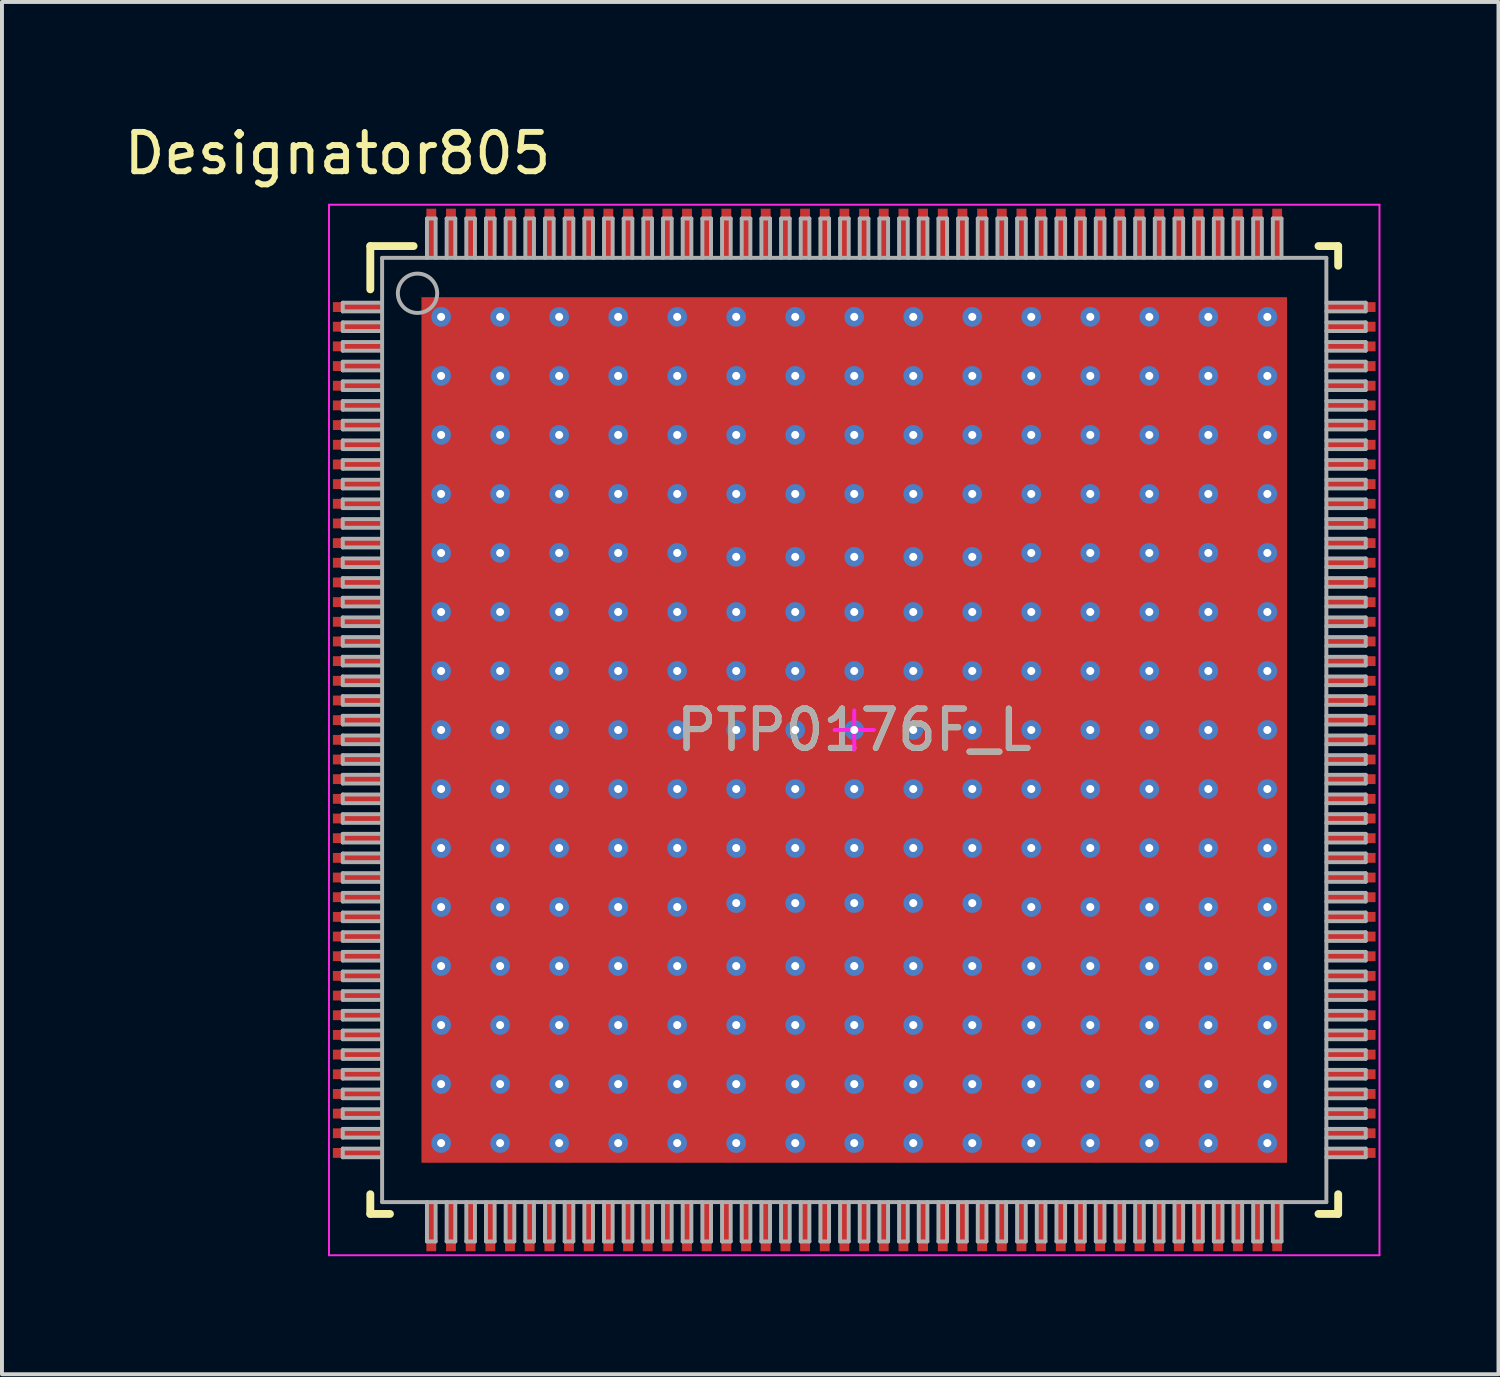
<source format=kicad_pcb>
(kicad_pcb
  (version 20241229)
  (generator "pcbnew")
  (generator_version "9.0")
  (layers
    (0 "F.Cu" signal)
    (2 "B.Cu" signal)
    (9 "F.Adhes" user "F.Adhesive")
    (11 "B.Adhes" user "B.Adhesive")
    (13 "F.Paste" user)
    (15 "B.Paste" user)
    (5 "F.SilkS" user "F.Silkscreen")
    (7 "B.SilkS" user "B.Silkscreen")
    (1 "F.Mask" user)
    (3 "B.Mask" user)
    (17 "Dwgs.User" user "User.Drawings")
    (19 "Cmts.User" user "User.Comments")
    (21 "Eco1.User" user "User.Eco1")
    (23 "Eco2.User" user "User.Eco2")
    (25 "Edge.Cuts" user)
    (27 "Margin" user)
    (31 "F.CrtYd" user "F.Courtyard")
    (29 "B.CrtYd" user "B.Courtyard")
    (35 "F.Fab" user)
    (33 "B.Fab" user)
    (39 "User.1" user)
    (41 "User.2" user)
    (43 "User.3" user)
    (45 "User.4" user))
  (footprint "PTP0176F_L"
    (layer "F.Cu")
    (at 18.662 15.504)
    (property "Reference" "PTP0176F_L" (at 0 0 0) (unlocked yes) (layer "F.SilkS") (effects (font (size 1 1) (thickness 0.15))))
    (attr through_hole)
    (fp_poly (pts (xy -4.035 3.628) (xy -4.035 -3.628) (xy -4.034 -3.636) (xy -4.032 -3.642) (xy -4.029 -3.649) (xy -4.024 -3.654) (xy -4.019 -3.659) (xy -4.012 -3.662) (xy -4.005 -3.664) (xy -3.998 -3.665) (xy 3.998 -3.665) (xy 4.005 -3.664) (xy 4.012 -3.662) (xy 4.019 -3.659) (xy 4.024 -3.654) (xy 4.029 -3.649) (xy 4.032 -3.642) (xy 4.034 -3.636) (xy 4.035 -3.628) (xy 4.035 3.628) (xy 4.034 3.635) (xy 4.032 3.642) (xy 4.029 3.649) (xy 4.024 3.654) (xy 4.019 3.659) (xy 4.012 3.662) (xy 4.005 3.664) (xy 3.998 3.665) (xy -3.998 3.665) (xy -4.005 3.664) (xy -4.012 3.662) (xy -4.019 3.659) (xy -4.024 3.654) (xy -4.029 3.649) (xy -4.032 3.642) (xy -4.034 3.635)) (stroke (width 0) (type solid)) (fill yes) (layer "F.Mask"))
    (fp_line (start -12.3 -12.3) (end -11.2 -12.3) (stroke (width 0.2) (type solid)) (layer "F.SilkS"))
    (fp_line (start -12.3 -11.2) (end -12.3 -12.3) (stroke (width 0.2) (type solid)) (layer "F.SilkS"))
    (fp_line (start -12.3 12.3) (end -12.3 11.8) (stroke (width 0.2) (type solid)) (layer "F.SilkS"))
    (fp_line (start -12.3 12.3) (end -11.8 12.3) (stroke (width 0.2) (type solid)) (layer "F.SilkS"))
    (fp_line (start 11.8 -12.3) (end 12.3 -12.3) (stroke (width 0.2) (type solid)) (layer "F.SilkS"))
    (fp_line (start 11.8 12.3) (end 12.3 12.3) (stroke (width 0.2) (type solid)) (layer "F.SilkS"))
    (fp_line (start 12.3 -11.8) (end 12.3 -12.3) (stroke (width 0.2) (type solid)) (layer "F.SilkS"))
    (fp_line (start 12.3 12.3) (end 12.3 11.8) (stroke (width 0.2) (type solid)) (layer "F.SilkS"))
    (fp_poly (pts (xy -4.035 3.628) (xy -4.035 -3.628) (xy -4.034 -3.636) (xy -4.032 -3.642) (xy -4.029 -3.649) (xy -4.024 -3.654) (xy -4.019 -3.659) (xy -4.012 -3.662) (xy -4.005 -3.664) (xy -3.998 -3.665) (xy 3.998 -3.665) (xy 4.005 -3.664) (xy 4.012 -3.662) (xy 4.019 -3.659) (xy 4.024 -3.654) (xy 4.029 -3.649) (xy 4.032 -3.642) (xy 4.034 -3.636) (xy 4.035 -3.628) (xy 4.035 3.628) (xy 4.034 3.635) (xy 4.032 3.642) (xy 4.029 3.649) (xy 4.024 3.654) (xy 4.019 3.659) (xy 4.012 3.662) (xy 4.005 3.664) (xy 3.998 3.665) (xy -3.998 3.665) (xy -4.005 3.664) (xy -4.012 3.662) (xy -4.019 3.659) (xy -4.024 3.654) (xy -4.029 3.649) (xy -4.032 3.642) (xy -4.034 3.635)) (stroke (width 0) (type solid)) (fill yes) (layer "F.Paste"))
    (fp_line (start -13.35 -13.35) (end 13.35 -13.35) (stroke (width 0.05) (type solid)) (layer "F.CrtYd"))
    (fp_line (start -13.35 13.35) (end -13.35 -13.35) (stroke (width 0.05) (type solid)) (layer "F.CrtYd"))
    (fp_line (start -13.35 13.35) (end 13.35 13.35) (stroke (width 0.05) (type solid)) (layer "F.CrtYd"))
    (fp_line (start -0.5 -0.000003) (end 0.5 -0.000003) (stroke (width 0.1) (type solid)) (layer "F.CrtYd"))
    (fp_line (start 0 0.5) (end 0 -0.5) (stroke (width 0.1) (type solid)) (layer "F.CrtYd"))
    (fp_line (start 13.35 13.35) (end 13.35 -13.35) (stroke (width 0.05) (type solid)) (layer "F.CrtYd"))
    (fp_line (start -13 -10.86) (end -12 -10.86) (stroke (width 0.1) (type solid)) (layer "F.Fab"))
    (fp_line (start -13 -10.64) (end -13 -10.86) (stroke (width 0.1) (type solid)) (layer "F.Fab"))
    (fp_line (start -13 -10.64) (end -12 -10.64) (stroke (width 0.1) (type solid)) (layer "F.Fab"))
    (fp_line (start -13 -10.36) (end -12 -10.36) (stroke (width 0.1) (type solid)) (layer "F.Fab"))
    (fp_line (start -13 -10.14) (end -13 -10.36) (stroke (width 0.1) (type solid)) (layer "F.Fab"))
    (fp_line (start -13 -10.14) (end -12 -10.14) (stroke (width 0.1) (type solid)) (layer "F.Fab"))
    (fp_line (start -13 -9.86) (end -12 -9.86) (stroke (width 0.1) (type solid)) (layer "F.Fab"))
    (fp_line (start -13 -9.64) (end -13 -9.86) (stroke (width 0.1) (type solid)) (layer "F.Fab"))
    (fp_line (start -13 -9.64) (end -12 -9.64) (stroke (width 0.1) (type solid)) (layer "F.Fab"))
    (fp_line (start -13 -9.36) (end -12 -9.36) (stroke (width 0.1) (type solid)) (layer "F.Fab"))
    (fp_line (start -13 -9.14) (end -13 -9.36) (stroke (width 0.1) (type solid)) (layer "F.Fab"))
    (fp_line (start -13 -9.14) (end -12 -9.14) (stroke (width 0.1) (type solid)) (layer "F.Fab"))
    (fp_line (start -13 -8.86) (end -12 -8.86) (stroke (width 0.1) (type solid)) (layer "F.Fab"))
    (fp_line (start -13 -8.64) (end -13 -8.86) (stroke (width 0.1) (type solid)) (layer "F.Fab"))
    (fp_line (start -13 -8.64) (end -12 -8.64) (stroke (width 0.1) (type solid)) (layer "F.Fab"))
    (fp_line (start -13 -8.36) (end -12 -8.36) (stroke (width 0.1) (type solid)) (layer "F.Fab"))
    (fp_line (start -13 -8.14) (end -13 -8.36) (stroke (width 0.1) (type solid)) (layer "F.Fab"))
    (fp_line (start -13 -8.14) (end -12 -8.14) (stroke (width 0.1) (type solid)) (layer "F.Fab"))
    (fp_line (start -13 -7.86) (end -12 -7.86) (stroke (width 0.1) (type solid)) (layer "F.Fab"))
    (fp_line (start -13 -7.64) (end -13 -7.86) (stroke (width 0.1) (type solid)) (layer "F.Fab"))
    (fp_line (start -13 -7.64) (end -12 -7.64) (stroke (width 0.1) (type solid)) (layer "F.Fab"))
    (fp_line (start -13 -7.36) (end -12 -7.36) (stroke (width 0.1) (type solid)) (layer "F.Fab"))
    (fp_line (start -13 -7.14) (end -13 -7.36) (stroke (width 0.1) (type solid)) (layer "F.Fab"))
    (fp_line (start -13 -7.14) (end -12 -7.14) (stroke (width 0.1) (type solid)) (layer "F.Fab"))
    (fp_line (start -13 -6.86) (end -12 -6.86) (stroke (width 0.1) (type solid)) (layer "F.Fab"))
    (fp_line (start -13 -6.64) (end -13 -6.86) (stroke (width 0.1) (type solid)) (layer "F.Fab"))
    (fp_line (start -13 -6.64) (end -12 -6.64) (stroke (width 0.1) (type solid)) (layer "F.Fab"))
    (fp_line (start -13 -6.36) (end -12 -6.36) (stroke (width 0.1) (type solid)) (layer "F.Fab"))
    (fp_line (start -13 -6.14) (end -13 -6.36) (stroke (width 0.1) (type solid)) (layer "F.Fab"))
    (fp_line (start -13 -6.14) (end -12 -6.14) (stroke (width 0.1) (type solid)) (layer "F.Fab"))
    (fp_line (start -13 -5.86) (end -12 -5.86) (stroke (width 0.1) (type solid)) (layer "F.Fab"))
    (fp_line (start -13 -5.64) (end -13 -5.86) (stroke (width 0.1) (type solid)) (layer "F.Fab"))
    (fp_line (start -13 -5.64) (end -12 -5.64) (stroke (width 0.1) (type solid)) (layer "F.Fab"))
    (fp_line (start -13 -5.36) (end -12 -5.36) (stroke (width 0.1) (type solid)) (layer "F.Fab"))
    (fp_line (start -13 -5.14) (end -13 -5.36) (stroke (width 0.1) (type solid)) (layer "F.Fab"))
    (fp_line (start -13 -5.14) (end -12 -5.14) (stroke (width 0.1) (type solid)) (layer "F.Fab"))
    (fp_line (start -13 -4.86) (end -12 -4.86) (stroke (width 0.1) (type solid)) (layer "F.Fab"))
    (fp_line (start -13 -4.64) (end -13 -4.86) (stroke (width 0.1) (type solid)) (layer "F.Fab"))
    (fp_line (start -13 -4.64) (end -12 -4.64) (stroke (width 0.1) (type solid)) (layer "F.Fab"))
    (fp_line (start -13 -4.36) (end -12 -4.36) (stroke (width 0.1) (type solid)) (layer "F.Fab"))
    (fp_line (start -13 -4.14) (end -13 -4.36) (stroke (width 0.1) (type solid)) (layer "F.Fab"))
    (fp_line (start -13 -4.14) (end -12 -4.14) (stroke (width 0.1) (type solid)) (layer "F.Fab"))
    (fp_line (start -13 -3.86) (end -12 -3.86) (stroke (width 0.1) (type solid)) (layer "F.Fab"))
    (fp_line (start -13 -3.64) (end -13 -3.86) (stroke (width 0.1) (type solid)) (layer "F.Fab"))
    (fp_line (start -13 -3.64) (end -12 -3.64) (stroke (width 0.1) (type solid)) (layer "F.Fab"))
    (fp_line (start -13 -3.36) (end -12 -3.36) (stroke (width 0.1) (type solid)) (layer "F.Fab"))
    (fp_line (start -13 -3.14) (end -13 -3.36) (stroke (width 0.1) (type solid)) (layer "F.Fab"))
    (fp_line (start -13 -3.14) (end -12 -3.14) (stroke (width 0.1) (type solid)) (layer "F.Fab"))
    (fp_line (start -13 -2.86) (end -12 -2.86) (stroke (width 0.1) (type solid)) (layer "F.Fab"))
    (fp_line (start -13 -2.64) (end -13 -2.86) (stroke (width 0.1) (type solid)) (layer "F.Fab"))
    (fp_line (start -13 -2.64) (end -12 -2.64) (stroke (width 0.1) (type solid)) (layer "F.Fab"))
    (fp_line (start -13 -2.36) (end -12 -2.36) (stroke (width 0.1) (type solid)) (layer "F.Fab"))
    (fp_line (start -13 -2.14) (end -13 -2.36) (stroke (width 0.1) (type solid)) (layer "F.Fab"))
    (fp_line (start -13 -2.14) (end -12 -2.14) (stroke (width 0.1) (type solid)) (layer "F.Fab"))
    (fp_line (start -13 -1.86) (end -12 -1.86) (stroke (width 0.1) (type solid)) (layer "F.Fab"))
    (fp_line (start -13 -1.64) (end -13 -1.86) (stroke (width 0.1) (type solid)) (layer "F.Fab"))
    (fp_line (start -13 -1.64) (end -12 -1.64) (stroke (width 0.1) (type solid)) (layer "F.Fab"))
    (fp_line (start -13 -1.36) (end -12 -1.36) (stroke (width 0.1) (type solid)) (layer "F.Fab"))
    (fp_line (start -13 -1.14) (end -13 -1.36) (stroke (width 0.1) (type solid)) (layer "F.Fab"))
    (fp_line (start -13 -1.14) (end -12 -1.14) (stroke (width 0.1) (type solid)) (layer "F.Fab"))
    (fp_line (start -13 -0.86) (end -12 -0.86) (stroke (width 0.1) (type solid)) (layer "F.Fab"))
    (fp_line (start -13 -0.64) (end -13 -0.86) (stroke (width 0.1) (type solid)) (layer "F.Fab"))
    (fp_line (start -13 -0.64) (end -12 -0.64) (stroke (width 0.1) (type solid)) (layer "F.Fab"))
    (fp_line (start -13 -0.36) (end -12 -0.36) (stroke (width 0.1) (type solid)) (layer "F.Fab"))
    (fp_line (start -13 -0.14) (end -13 -0.36) (stroke (width 0.1) (type solid)) (layer "F.Fab"))
    (fp_line (start -13 -0.14) (end -12 -0.14) (stroke (width 0.1) (type solid)) (layer "F.Fab"))
    (fp_line (start -13 0.14) (end -12 0.14) (stroke (width 0.1) (type solid)) (layer "F.Fab"))
    (fp_line (start -13 0.36) (end -13 0.14) (stroke (width 0.1) (type solid)) (layer "F.Fab"))
    (fp_line (start -13 0.36) (end -12 0.36) (stroke (width 0.1) (type solid)) (layer "F.Fab"))
    (fp_line (start -13 0.64) (end -12 0.64) (stroke (width 0.1) (type solid)) (layer "F.Fab"))
    (fp_line (start -13 0.86) (end -13 0.64) (stroke (width 0.1) (type solid)) (layer "F.Fab"))
    (fp_line (start -13 0.86) (end -12 0.86) (stroke (width 0.1) (type solid)) (layer "F.Fab"))
    (fp_line (start -13 1.14) (end -12 1.14) (stroke (width 0.1) (type solid)) (layer "F.Fab"))
    (fp_line (start -13 1.36) (end -13 1.14) (stroke (width 0.1) (type solid)) (layer "F.Fab"))
    (fp_line (start -13 1.36) (end -12 1.36) (stroke (width 0.1) (type solid)) (layer "F.Fab"))
    (fp_line (start -13 1.64) (end -12 1.64) (stroke (width 0.1) (type solid)) (layer "F.Fab"))
    (fp_line (start -13 1.86) (end -13 1.64) (stroke (width 0.1) (type solid)) (layer "F.Fab"))
    (fp_line (start -13 1.86) (end -12 1.86) (stroke (width 0.1) (type solid)) (layer "F.Fab"))
    (fp_line (start -13 2.14) (end -12 2.14) (stroke (width 0.1) (type solid)) (layer "F.Fab"))
    (fp_line (start -13 2.36) (end -13 2.14) (stroke (width 0.1) (type solid)) (layer "F.Fab"))
    (fp_line (start -13 2.36) (end -12 2.36) (stroke (width 0.1) (type solid)) (layer "F.Fab"))
    (fp_line (start -13 2.64) (end -12 2.64) (stroke (width 0.1) (type solid)) (layer "F.Fab"))
    (fp_line (start -13 2.86) (end -13 2.64) (stroke (width 0.1) (type solid)) (layer "F.Fab"))
    (fp_line (start -13 2.86) (end -12 2.86) (stroke (width 0.1) (type solid)) (layer "F.Fab"))
    (fp_line (start -13 3.14) (end -12 3.14) (stroke (width 0.1) (type solid)) (layer "F.Fab"))
    (fp_line (start -13 3.36) (end -13 3.14) (stroke (width 0.1) (type solid)) (layer "F.Fab"))
    (fp_line (start -13 3.36) (end -12 3.36) (stroke (width 0.1) (type solid)) (layer "F.Fab"))
    (fp_line (start -13 3.64) (end -12 3.64) (stroke (width 0.1) (type solid)) (layer "F.Fab"))
    (fp_line (start -13 3.86) (end -13 3.64) (stroke (width 0.1) (type solid)) (layer "F.Fab"))
    (fp_line (start -13 3.86) (end -12 3.86) (stroke (width 0.1) (type solid)) (layer "F.Fab"))
    (fp_line (start -13 4.14) (end -12 4.14) (stroke (width 0.1) (type solid)) (layer "F.Fab"))
    (fp_line (start -13 4.36) (end -13 4.14) (stroke (width 0.1) (type solid)) (layer "F.Fab"))
    (fp_line (start -13 4.36) (end -12 4.36) (stroke (width 0.1) (type solid)) (layer "F.Fab"))
    (fp_line (start -13 4.64) (end -12 4.64) (stroke (width 0.1) (type solid)) (layer "F.Fab"))
    (fp_line (start -13 4.86) (end -13 4.64) (stroke (width 0.1) (type solid)) (layer "F.Fab"))
    (fp_line (start -13 4.86) (end -12 4.86) (stroke (width 0.1) (type solid)) (layer "F.Fab"))
    (fp_line (start -13 5.14) (end -12 5.14) (stroke (width 0.1) (type solid)) (layer "F.Fab"))
    (fp_line (start -13 5.36) (end -13 5.14) (stroke (width 0.1) (type solid)) (layer "F.Fab"))
    (fp_line (start -13 5.36) (end -12 5.36) (stroke (width 0.1) (type solid)) (layer "F.Fab"))
    (fp_line (start -13 5.64) (end -12 5.64) (stroke (width 0.1) (type solid)) (layer "F.Fab"))
    (fp_line (start -13 5.86) (end -13 5.64) (stroke (width 0.1) (type solid)) (layer "F.Fab"))
    (fp_line (start -13 5.86) (end -12 5.86) (stroke (width 0.1) (type solid)) (layer "F.Fab"))
    (fp_line (start -13 6.14) (end -12 6.14) (stroke (width 0.1) (type solid)) (layer "F.Fab"))
    (fp_line (start -13 6.36) (end -13 6.14) (stroke (width 0.1) (type solid)) (layer "F.Fab"))
    (fp_line (start -13 6.36) (end -12 6.36) (stroke (width 0.1) (type solid)) (layer "F.Fab"))
    (fp_line (start -13 6.64) (end -12 6.64) (stroke (width 0.1) (type solid)) (layer "F.Fab"))
    (fp_line (start -13 6.86) (end -13 6.64) (stroke (width 0.1) (type solid)) (layer "F.Fab"))
    (fp_line (start -13 6.86) (end -12 6.86) (stroke (width 0.1) (type solid)) (layer "F.Fab"))
    (fp_line (start -13 7.14) (end -12 7.14) (stroke (width 0.1) (type solid)) (layer "F.Fab"))
    (fp_line (start -13 7.36) (end -13 7.14) (stroke (width 0.1) (type solid)) (layer "F.Fab"))
    (fp_line (start -13 7.36) (end -12 7.36) (stroke (width 0.1) (type solid)) (layer "F.Fab"))
    (fp_line (start -13 7.64) (end -12 7.64) (stroke (width 0.1) (type solid)) (layer "F.Fab"))
    (fp_line (start -13 7.86) (end -13 7.64) (stroke (width 0.1) (type solid)) (layer "F.Fab"))
    (fp_line (start -13 7.86) (end -12 7.86) (stroke (width 0.1) (type solid)) (layer "F.Fab"))
    (fp_line (start -13 8.14) (end -12 8.14) (stroke (width 0.1) (type solid)) (layer "F.Fab"))
    (fp_line (start -13 8.36) (end -13 8.14) (stroke (width 0.1) (type solid)) (layer "F.Fab"))
    (fp_line (start -13 8.36) (end -12 8.36) (stroke (width 0.1) (type solid)) (layer "F.Fab"))
    (fp_line (start -13 8.64) (end -12 8.64) (stroke (width 0.1) (type solid)) (layer "F.Fab"))
    (fp_line (start -13 8.86) (end -13 8.64) (stroke (width 0.1) (type solid)) (layer "F.Fab"))
    (fp_line (start -13 8.86) (end -12 8.86) (stroke (width 0.1) (type solid)) (layer "F.Fab"))
    (fp_line (start -13 9.14) (end -12 9.14) (stroke (width 0.1) (type solid)) (layer "F.Fab"))
    (fp_line (start -13 9.36) (end -13 9.14) (stroke (width 0.1) (type solid)) (layer "F.Fab"))
    (fp_line (start -13 9.36) (end -12 9.36) (stroke (width 0.1) (type solid)) (layer "F.Fab"))
    (fp_line (start -13 9.64) (end -12 9.64) (stroke (width 0.1) (type solid)) (layer "F.Fab"))
    (fp_line (start -13 9.86) (end -13 9.64) (stroke (width 0.1) (type solid)) (layer "F.Fab"))
    (fp_line (start -13 9.86) (end -12 9.86) (stroke (width 0.1) (type solid)) (layer "F.Fab"))
    (fp_line (start -13 10.14) (end -12 10.14) (stroke (width 0.1) (type solid)) (layer "F.Fab"))
    (fp_line (start -13 10.36) (end -13 10.14) (stroke (width 0.1) (type solid)) (layer "F.Fab"))
    (fp_line (start -13 10.36) (end -12 10.36) (stroke (width 0.1) (type solid)) (layer "F.Fab"))
    (fp_line (start -13 10.64) (end -12 10.64) (stroke (width 0.1) (type solid)) (layer "F.Fab"))
    (fp_line (start -13 10.86) (end -13 10.64) (stroke (width 0.1) (type solid)) (layer "F.Fab"))
    (fp_line (start -13 10.86) (end -12 10.86) (stroke (width 0.1) (type solid)) (layer "F.Fab"))
    (fp_line (start -12 -12) (end 12 -12) (stroke (width 0.1) (type solid)) (layer "F.Fab"))
    (fp_line (start -12 12) (end -12 -12) (stroke (width 0.1) (type solid)) (layer "F.Fab"))
    (fp_line (start -12 12) (end 12 12) (stroke (width 0.1) (type solid)) (layer "F.Fab"))
    (fp_line (start -10.86 -13) (end -10.64 -13) (stroke (width 0.1) (type solid)) (layer "F.Fab"))
    (fp_line (start -10.86 -12) (end -10.86 -13) (stroke (width 0.1) (type solid)) (layer "F.Fab"))
    (fp_line (start -10.86 13) (end -10.86 12) (stroke (width 0.1) (type solid)) (layer "F.Fab"))
    (fp_line (start -10.86 13) (end -10.64 13) (stroke (width 0.1) (type solid)) (layer "F.Fab"))
    (fp_line (start -10.64 -12) (end -10.64 -13) (stroke (width 0.1) (type solid)) (layer "F.Fab"))
    (fp_line (start -10.64 13) (end -10.64 12) (stroke (width 0.1) (type solid)) (layer "F.Fab"))
    (fp_line (start -10.36 -13) (end -10.14 -13) (stroke (width 0.1) (type solid)) (layer "F.Fab"))
    (fp_line (start -10.36 -12) (end -10.36 -13) (stroke (width 0.1) (type solid)) (layer "F.Fab"))
    (fp_line (start -10.36 13) (end -10.36 12) (stroke (width 0.1) (type solid)) (layer "F.Fab"))
    (fp_line (start -10.36 13) (end -10.14 13) (stroke (width 0.1) (type solid)) (layer "F.Fab"))
    (fp_line (start -10.14 -12) (end -10.14 -13) (stroke (width 0.1) (type solid)) (layer "F.Fab"))
    (fp_line (start -10.14 13) (end -10.14 12) (stroke (width 0.1) (type solid)) (layer "F.Fab"))
    (fp_line (start -9.86 -13) (end -9.64 -13) (stroke (width 0.1) (type solid)) (layer "F.Fab"))
    (fp_line (start -9.86 -12) (end -9.86 -13) (stroke (width 0.1) (type solid)) (layer "F.Fab"))
    (fp_line (start -9.86 13) (end -9.86 12) (stroke (width 0.1) (type solid)) (layer "F.Fab"))
    (fp_line (start -9.86 13) (end -9.64 13) (stroke (width 0.1) (type solid)) (layer "F.Fab"))
    (fp_line (start -9.64 -12) (end -9.64 -13) (stroke (width 0.1) (type solid)) (layer "F.Fab"))
    (fp_line (start -9.64 13) (end -9.64 12) (stroke (width 0.1) (type solid)) (layer "F.Fab"))
    (fp_line (start -9.36 -13) (end -9.14 -13) (stroke (width 0.1) (type solid)) (layer "F.Fab"))
    (fp_line (start -9.36 -12) (end -9.36 -13) (stroke (width 0.1) (type solid)) (layer "F.Fab"))
    (fp_line (start -9.36 13) (end -9.36 12) (stroke (width 0.1) (type solid)) (layer "F.Fab"))
    (fp_line (start -9.36 13) (end -9.14 13) (stroke (width 0.1) (type solid)) (layer "F.Fab"))
    (fp_line (start -9.14 -12) (end -9.14 -13) (stroke (width 0.1) (type solid)) (layer "F.Fab"))
    (fp_line (start -9.14 13) (end -9.14 12) (stroke (width 0.1) (type solid)) (layer "F.Fab"))
    (fp_line (start -8.86 -13) (end -8.64 -13) (stroke (width 0.1) (type solid)) (layer "F.Fab"))
    (fp_line (start -8.86 -12) (end -8.86 -13) (stroke (width 0.1) (type solid)) (layer "F.Fab"))
    (fp_line (start -8.86 13) (end -8.86 12) (stroke (width 0.1) (type solid)) (layer "F.Fab"))
    (fp_line (start -8.86 13) (end -8.64 13) (stroke (width 0.1) (type solid)) (layer "F.Fab"))
    (fp_line (start -8.64 -12) (end -8.64 -13) (stroke (width 0.1) (type solid)) (layer "F.Fab"))
    (fp_line (start -8.64 13) (end -8.64 12) (stroke (width 0.1) (type solid)) (layer "F.Fab"))
    (fp_line (start -8.36 -13) (end -8.14 -13) (stroke (width 0.1) (type solid)) (layer "F.Fab"))
    (fp_line (start -8.36 -12) (end -8.36 -13) (stroke (width 0.1) (type solid)) (layer "F.Fab"))
    (fp_line (start -8.36 13) (end -8.36 12) (stroke (width 0.1) (type solid)) (layer "F.Fab"))
    (fp_line (start -8.36 13) (end -8.14 13) (stroke (width 0.1) (type solid)) (layer "F.Fab"))
    (fp_line (start -8.14 -12) (end -8.14 -13) (stroke (width 0.1) (type solid)) (layer "F.Fab"))
    (fp_line (start -8.14 13) (end -8.14 12) (stroke (width 0.1) (type solid)) (layer "F.Fab"))
    (fp_line (start -7.86 -13) (end -7.64 -13) (stroke (width 0.1) (type solid)) (layer "F.Fab"))
    (fp_line (start -7.86 -12) (end -7.86 -13) (stroke (width 0.1) (type solid)) (layer "F.Fab"))
    (fp_line (start -7.86 13) (end -7.86 12) (stroke (width 0.1) (type solid)) (layer "F.Fab"))
    (fp_line (start -7.86 13) (end -7.64 13) (stroke (width 0.1) (type solid)) (layer "F.Fab"))
    (fp_line (start -7.64 -12) (end -7.64 -13) (stroke (width 0.1) (type solid)) (layer "F.Fab"))
    (fp_line (start -7.64 13) (end -7.64 12) (stroke (width 0.1) (type solid)) (layer "F.Fab"))
    (fp_line (start -7.36 -13) (end -7.14 -13) (stroke (width 0.1) (type solid)) (layer "F.Fab"))
    (fp_line (start -7.36 -12) (end -7.36 -13) (stroke (width 0.1) (type solid)) (layer "F.Fab"))
    (fp_line (start -7.36 13) (end -7.36 12) (stroke (width 0.1) (type solid)) (layer "F.Fab"))
    (fp_line (start -7.36 13) (end -7.14 13) (stroke (width 0.1) (type solid)) (layer "F.Fab"))
    (fp_line (start -7.14 -12) (end -7.14 -13) (stroke (width 0.1) (type solid)) (layer "F.Fab"))
    (fp_line (start -7.14 13) (end -7.14 12) (stroke (width 0.1) (type solid)) (layer "F.Fab"))
    (fp_line (start -6.86 -13) (end -6.64 -13) (stroke (width 0.1) (type solid)) (layer "F.Fab"))
    (fp_line (start -6.86 -12) (end -6.86 -13) (stroke (width 0.1) (type solid)) (layer "F.Fab"))
    (fp_line (start -6.86 13) (end -6.86 12) (stroke (width 0.1) (type solid)) (layer "F.Fab"))
    (fp_line (start -6.86 13) (end -6.64 13) (stroke (width 0.1) (type solid)) (layer "F.Fab"))
    (fp_line (start -6.64 -12) (end -6.64 -13) (stroke (width 0.1) (type solid)) (layer "F.Fab"))
    (fp_line (start -6.64 13) (end -6.64 12) (stroke (width 0.1) (type solid)) (layer "F.Fab"))
    (fp_line (start -6.36 -13) (end -6.14 -13) (stroke (width 0.1) (type solid)) (layer "F.Fab"))
    (fp_line (start -6.36 -12) (end -6.36 -13) (stroke (width 0.1) (type solid)) (layer "F.Fab"))
    (fp_line (start -6.36 13) (end -6.36 12) (stroke (width 0.1) (type solid)) (layer "F.Fab"))
    (fp_line (start -6.36 13) (end -6.14 13) (stroke (width 0.1) (type solid)) (layer "F.Fab"))
    (fp_line (start -6.14 -12) (end -6.14 -13) (stroke (width 0.1) (type solid)) (layer "F.Fab"))
    (fp_line (start -6.14 13) (end -6.14 12) (stroke (width 0.1) (type solid)) (layer "F.Fab"))
    (fp_line (start -5.86 -13) (end -5.64 -13) (stroke (width 0.1) (type solid)) (layer "F.Fab"))
    (fp_line (start -5.86 -12) (end -5.86 -13) (stroke (width 0.1) (type solid)) (layer "F.Fab"))
    (fp_line (start -5.86 13) (end -5.86 12) (stroke (width 0.1) (type solid)) (layer "F.Fab"))
    (fp_line (start -5.86 13) (end -5.64 13) (stroke (width 0.1) (type solid)) (layer "F.Fab"))
    (fp_line (start -5.64 -12) (end -5.64 -13) (stroke (width 0.1) (type solid)) (layer "F.Fab"))
    (fp_line (start -5.64 13) (end -5.64 12) (stroke (width 0.1) (type solid)) (layer "F.Fab"))
    (fp_line (start -5.36 -13) (end -5.14 -13) (stroke (width 0.1) (type solid)) (layer "F.Fab"))
    (fp_line (start -5.36 -12) (end -5.36 -13) (stroke (width 0.1) (type solid)) (layer "F.Fab"))
    (fp_line (start -5.36 13) (end -5.36 12) (stroke (width 0.1) (type solid)) (layer "F.Fab"))
    (fp_line (start -5.36 13) (end -5.14 13) (stroke (width 0.1) (type solid)) (layer "F.Fab"))
    (fp_line (start -5.14 -12) (end -5.14 -13) (stroke (width 0.1) (type solid)) (layer "F.Fab"))
    (fp_line (start -5.14 13) (end -5.14 12) (stroke (width 0.1) (type solid)) (layer "F.Fab"))
    (fp_line (start -4.86 -13) (end -4.64 -13) (stroke (width 0.1) (type solid)) (layer "F.Fab"))
    (fp_line (start -4.86 -12) (end -4.86 -13) (stroke (width 0.1) (type solid)) (layer "F.Fab"))
    (fp_line (start -4.86 13) (end -4.86 12) (stroke (width 0.1) (type solid)) (layer "F.Fab"))
    (fp_line (start -4.86 13) (end -4.64 13) (stroke (width 0.1) (type solid)) (layer "F.Fab"))
    (fp_line (start -4.64 -12) (end -4.64 -13) (stroke (width 0.1) (type solid)) (layer "F.Fab"))
    (fp_line (start -4.64 13) (end -4.64 12) (stroke (width 0.1) (type solid)) (layer "F.Fab"))
    (fp_line (start -4.36 -13) (end -4.14 -13) (stroke (width 0.1) (type solid)) (layer "F.Fab"))
    (fp_line (start -4.36 -12) (end -4.36 -13) (stroke (width 0.1) (type solid)) (layer "F.Fab"))
    (fp_line (start -4.36 13) (end -4.36 12) (stroke (width 0.1) (type solid)) (layer "F.Fab"))
    (fp_line (start -4.36 13) (end -4.14 13) (stroke (width 0.1) (type solid)) (layer "F.Fab"))
    (fp_line (start -4.14 -12) (end -4.14 -13) (stroke (width 0.1) (type solid)) (layer "F.Fab"))
    (fp_line (start -4.14 13) (end -4.14 12) (stroke (width 0.1) (type solid)) (layer "F.Fab"))
    (fp_line (start -3.86 -13) (end -3.64 -13) (stroke (width 0.1) (type solid)) (layer "F.Fab"))
    (fp_line (start -3.86 -12) (end -3.86 -13) (stroke (width 0.1) (type solid)) (layer "F.Fab"))
    (fp_line (start -3.86 13) (end -3.86 12) (stroke (width 0.1) (type solid)) (layer "F.Fab"))
    (fp_line (start -3.86 13) (end -3.64 13) (stroke (width 0.1) (type solid)) (layer "F.Fab"))
    (fp_line (start -3.64 -12) (end -3.64 -13) (stroke (width 0.1) (type solid)) (layer "F.Fab"))
    (fp_line (start -3.64 13) (end -3.64 12) (stroke (width 0.1) (type solid)) (layer "F.Fab"))
    (fp_line (start -3.36 -13) (end -3.14 -13) (stroke (width 0.1) (type solid)) (layer "F.Fab"))
    (fp_line (start -3.36 -12) (end -3.36 -13) (stroke (width 0.1) (type solid)) (layer "F.Fab"))
    (fp_line (start -3.36 13) (end -3.36 12) (stroke (width 0.1) (type solid)) (layer "F.Fab"))
    (fp_line (start -3.36 13) (end -3.14 13) (stroke (width 0.1) (type solid)) (layer "F.Fab"))
    (fp_line (start -3.14 -12) (end -3.14 -13) (stroke (width 0.1) (type solid)) (layer "F.Fab"))
    (fp_line (start -3.14 13) (end -3.14 12) (stroke (width 0.1) (type solid)) (layer "F.Fab"))
    (fp_line (start -2.86 -13) (end -2.64 -13) (stroke (width 0.1) (type solid)) (layer "F.Fab"))
    (fp_line (start -2.86 -12) (end -2.86 -13) (stroke (width 0.1) (type solid)) (layer "F.Fab"))
    (fp_line (start -2.86 13) (end -2.86 12) (stroke (width 0.1) (type solid)) (layer "F.Fab"))
    (fp_line (start -2.86 13) (end -2.64 13) (stroke (width 0.1) (type solid)) (layer "F.Fab"))
    (fp_line (start -2.64 -12) (end -2.64 -13) (stroke (width 0.1) (type solid)) (layer "F.Fab"))
    (fp_line (start -2.64 13) (end -2.64 12) (stroke (width 0.1) (type solid)) (layer "F.Fab"))
    (fp_line (start -2.36 -13) (end -2.14 -13) (stroke (width 0.1) (type solid)) (layer "F.Fab"))
    (fp_line (start -2.36 -12) (end -2.36 -13) (stroke (width 0.1) (type solid)) (layer "F.Fab"))
    (fp_line (start -2.36 13) (end -2.36 12) (stroke (width 0.1) (type solid)) (layer "F.Fab"))
    (fp_line (start -2.36 13) (end -2.14 13) (stroke (width 0.1) (type solid)) (layer "F.Fab"))
    (fp_line (start -2.14 -12) (end -2.14 -13) (stroke (width 0.1) (type solid)) (layer "F.Fab"))
    (fp_line (start -2.14 13) (end -2.14 12) (stroke (width 0.1) (type solid)) (layer "F.Fab"))
    (fp_line (start -1.86 -13) (end -1.64 -13) (stroke (width 0.1) (type solid)) (layer "F.Fab"))
    (fp_line (start -1.86 -12) (end -1.86 -13) (stroke (width 0.1) (type solid)) (layer "F.Fab"))
    (fp_line (start -1.86 13) (end -1.86 12) (stroke (width 0.1) (type solid)) (layer "F.Fab"))
    (fp_line (start -1.86 13) (end -1.64 13) (stroke (width 0.1) (type solid)) (layer "F.Fab"))
    (fp_line (start -1.64 -12) (end -1.64 -13) (stroke (width 0.1) (type solid)) (layer "F.Fab"))
    (fp_line (start -1.64 13) (end -1.64 12) (stroke (width 0.1) (type solid)) (layer "F.Fab"))
    (fp_line (start -1.36 -13) (end -1.14 -13) (stroke (width 0.1) (type solid)) (layer "F.Fab"))
    (fp_line (start -1.36 -12) (end -1.36 -13) (stroke (width 0.1) (type solid)) (layer "F.Fab"))
    (fp_line (start -1.36 13) (end -1.36 12) (stroke (width 0.1) (type solid)) (layer "F.Fab"))
    (fp_line (start -1.36 13) (end -1.14 13) (stroke (width 0.1) (type solid)) (layer "F.Fab"))
    (fp_line (start -1.14 -12) (end -1.14 -13) (stroke (width 0.1) (type solid)) (layer "F.Fab"))
    (fp_line (start -1.14 13) (end -1.14 12) (stroke (width 0.1) (type solid)) (layer "F.Fab"))
    (fp_line (start -0.86 -13) (end -0.64 -13) (stroke (width 0.1) (type solid)) (layer "F.Fab"))
    (fp_line (start -0.86 -12) (end -0.86 -13) (stroke (width 0.1) (type solid)) (layer "F.Fab"))
    (fp_line (start -0.86 13) (end -0.86 12) (stroke (width 0.1) (type solid)) (layer "F.Fab"))
    (fp_line (start -0.86 13) (end -0.64 13) (stroke (width 0.1) (type solid)) (layer "F.Fab"))
    (fp_line (start -0.64 -12) (end -0.64 -13) (stroke (width 0.1) (type solid)) (layer "F.Fab"))
    (fp_line (start -0.64 13) (end -0.64 12) (stroke (width 0.1) (type solid)) (layer "F.Fab"))
    (fp_line (start -0.36 -13) (end -0.14 -13) (stroke (width 0.1) (type solid)) (layer "F.Fab"))
    (fp_line (start -0.36 -12) (end -0.36 -13) (stroke (width 0.1) (type solid)) (layer "F.Fab"))
    (fp_line (start -0.36 13) (end -0.36 12) (stroke (width 0.1) (type solid)) (layer "F.Fab"))
    (fp_line (start -0.36 13) (end -0.14 13) (stroke (width 0.1) (type solid)) (layer "F.Fab"))
    (fp_line (start -0.14 -12) (end -0.14 -13) (stroke (width 0.1) (type solid)) (layer "F.Fab"))
    (fp_line (start -0.14 13) (end -0.14 12) (stroke (width 0.1) (type solid)) (layer "F.Fab"))
    (fp_line (start 0.14 -13) (end 0.36 -13) (stroke (width 0.1) (type solid)) (layer "F.Fab"))
    (fp_line (start 0.14 -12) (end 0.14 -13) (stroke (width 0.1) (type solid)) (layer "F.Fab"))
    (fp_line (start 0.14 13) (end 0.14 12) (stroke (width 0.1) (type solid)) (layer "F.Fab"))
    (fp_line (start 0.14 13) (end 0.36 13) (stroke (width 0.1) (type solid)) (layer "F.Fab"))
    (fp_line (start 0.36 -12) (end 0.36 -13) (stroke (width 0.1) (type solid)) (layer "F.Fab"))
    (fp_line (start 0.36 13) (end 0.36 12) (stroke (width 0.1) (type solid)) (layer "F.Fab"))
    (fp_line (start 0.64 -13) (end 0.86 -13) (stroke (width 0.1) (type solid)) (layer "F.Fab"))
    (fp_line (start 0.64 -12) (end 0.64 -13) (stroke (width 0.1) (type solid)) (layer "F.Fab"))
    (fp_line (start 0.64 13) (end 0.64 12) (stroke (width 0.1) (type solid)) (layer "F.Fab"))
    (fp_line (start 0.64 13) (end 0.86 13) (stroke (width 0.1) (type solid)) (layer "F.Fab"))
    (fp_line (start 0.86 -12) (end 0.86 -13) (stroke (width 0.1) (type solid)) (layer "F.Fab"))
    (fp_line (start 0.86 13) (end 0.86 12) (stroke (width 0.1) (type solid)) (layer "F.Fab"))
    (fp_line (start 1.14 -13) (end 1.36 -13) (stroke (width 0.1) (type solid)) (layer "F.Fab"))
    (fp_line (start 1.14 -12) (end 1.14 -13) (stroke (width 0.1) (type solid)) (layer "F.Fab"))
    (fp_line (start 1.14 13) (end 1.14 12) (stroke (width 0.1) (type solid)) (layer "F.Fab"))
    (fp_line (start 1.14 13) (end 1.36 13) (stroke (width 0.1) (type solid)) (layer "F.Fab"))
    (fp_line (start 1.36 -12) (end 1.36 -13) (stroke (width 0.1) (type solid)) (layer "F.Fab"))
    (fp_line (start 1.36 13) (end 1.36 12) (stroke (width 0.1) (type solid)) (layer "F.Fab"))
    (fp_line (start 1.64 -13) (end 1.86 -13) (stroke (width 0.1) (type solid)) (layer "F.Fab"))
    (fp_line (start 1.64 -12) (end 1.64 -13) (stroke (width 0.1) (type solid)) (layer "F.Fab"))
    (fp_line (start 1.64 13) (end 1.64 12) (stroke (width 0.1) (type solid)) (layer "F.Fab"))
    (fp_line (start 1.64 13) (end 1.86 13) (stroke (width 0.1) (type solid)) (layer "F.Fab"))
    (fp_line (start 1.86 -12) (end 1.86 -13) (stroke (width 0.1) (type solid)) (layer "F.Fab"))
    (fp_line (start 1.86 13) (end 1.86 12) (stroke (width 0.1) (type solid)) (layer "F.Fab"))
    (fp_line (start 2.14 -13) (end 2.36 -13) (stroke (width 0.1) (type solid)) (layer "F.Fab"))
    (fp_line (start 2.14 -12) (end 2.14 -13) (stroke (width 0.1) (type solid)) (layer "F.Fab"))
    (fp_line (start 2.14 13) (end 2.14 12) (stroke (width 0.1) (type solid)) (layer "F.Fab"))
    (fp_line (start 2.14 13) (end 2.36 13) (stroke (width 0.1) (type solid)) (layer "F.Fab"))
    (fp_line (start 2.36 -12) (end 2.36 -13) (stroke (width 0.1) (type solid)) (layer "F.Fab"))
    (fp_line (start 2.36 13) (end 2.36 12) (stroke (width 0.1) (type solid)) (layer "F.Fab"))
    (fp_line (start 2.64 -13) (end 2.86 -13) (stroke (width 0.1) (type solid)) (layer "F.Fab"))
    (fp_line (start 2.64 -12) (end 2.64 -13) (stroke (width 0.1) (type solid)) (layer "F.Fab"))
    (fp_line (start 2.64 13) (end 2.64 12) (stroke (width 0.1) (type solid)) (layer "F.Fab"))
    (fp_line (start 2.64 13) (end 2.86 13) (stroke (width 0.1) (type solid)) (layer "F.Fab"))
    (fp_line (start 2.86 -12) (end 2.86 -13) (stroke (width 0.1) (type solid)) (layer "F.Fab"))
    (fp_line (start 2.86 13) (end 2.86 12) (stroke (width 0.1) (type solid)) (layer "F.Fab"))
    (fp_line (start 3.14 -13) (end 3.36 -13) (stroke (width 0.1) (type solid)) (layer "F.Fab"))
    (fp_line (start 3.14 -12) (end 3.14 -13) (stroke (width 0.1) (type solid)) (layer "F.Fab"))
    (fp_line (start 3.14 13) (end 3.14 12) (stroke (width 0.1) (type solid)) (layer "F.Fab"))
    (fp_line (start 3.14 13) (end 3.36 13) (stroke (width 0.1) (type solid)) (layer "F.Fab"))
    (fp_line (start 3.36 -12) (end 3.36 -13) (stroke (width 0.1) (type solid)) (layer "F.Fab"))
    (fp_line (start 3.36 13) (end 3.36 12) (stroke (width 0.1) (type solid)) (layer "F.Fab"))
    (fp_line (start 3.64 -13) (end 3.86 -13) (stroke (width 0.1) (type solid)) (layer "F.Fab"))
    (fp_line (start 3.64 -12) (end 3.64 -13) (stroke (width 0.1) (type solid)) (layer "F.Fab"))
    (fp_line (start 3.64 13) (end 3.64 12) (stroke (width 0.1) (type solid)) (layer "F.Fab"))
    (fp_line (start 3.64 13) (end 3.86 13) (stroke (width 0.1) (type solid)) (layer "F.Fab"))
    (fp_line (start 3.86 -12) (end 3.86 -13) (stroke (width 0.1) (type solid)) (layer "F.Fab"))
    (fp_line (start 3.86 13) (end 3.86 12) (stroke (width 0.1) (type solid)) (layer "F.Fab"))
    (fp_line (start 4.14 -13) (end 4.36 -13) (stroke (width 0.1) (type solid)) (layer "F.Fab"))
    (fp_line (start 4.14 -12) (end 4.14 -13) (stroke (width 0.1) (type solid)) (layer "F.Fab"))
    (fp_line (start 4.14 13) (end 4.14 12) (stroke (width 0.1) (type solid)) (layer "F.Fab"))
    (fp_line (start 4.14 13) (end 4.36 13) (stroke (width 0.1) (type solid)) (layer "F.Fab"))
    (fp_line (start 4.36 -12) (end 4.36 -13) (stroke (width 0.1) (type solid)) (layer "F.Fab"))
    (fp_line (start 4.36 13) (end 4.36 12) (stroke (width 0.1) (type solid)) (layer "F.Fab"))
    (fp_line (start 4.64 -13) (end 4.86 -13) (stroke (width 0.1) (type solid)) (layer "F.Fab"))
    (fp_line (start 4.64 -12) (end 4.64 -13) (stroke (width 0.1) (type solid)) (layer "F.Fab"))
    (fp_line (start 4.64 13) (end 4.64 12) (stroke (width 0.1) (type solid)) (layer "F.Fab"))
    (fp_line (start 4.64 13) (end 4.86 13) (stroke (width 0.1) (type solid)) (layer "F.Fab"))
    (fp_line (start 4.86 -12) (end 4.86 -13) (stroke (width 0.1) (type solid)) (layer "F.Fab"))
    (fp_line (start 4.86 13) (end 4.86 12) (stroke (width 0.1) (type solid)) (layer "F.Fab"))
    (fp_line (start 5.14 -13) (end 5.36 -13) (stroke (width 0.1) (type solid)) (layer "F.Fab"))
    (fp_line (start 5.14 -12) (end 5.14 -13) (stroke (width 0.1) (type solid)) (layer "F.Fab"))
    (fp_line (start 5.14 13) (end 5.14 12) (stroke (width 0.1) (type solid)) (layer "F.Fab"))
    (fp_line (start 5.14 13) (end 5.36 13) (stroke (width 0.1) (type solid)) (layer "F.Fab"))
    (fp_line (start 5.36 -12) (end 5.36 -13) (stroke (width 0.1) (type solid)) (layer "F.Fab"))
    (fp_line (start 5.36 13) (end 5.36 12) (stroke (width 0.1) (type solid)) (layer "F.Fab"))
    (fp_line (start 5.64 -13) (end 5.86 -13) (stroke (width 0.1) (type solid)) (layer "F.Fab"))
    (fp_line (start 5.64 -12) (end 5.64 -13) (stroke (width 0.1) (type solid)) (layer "F.Fab"))
    (fp_line (start 5.64 13) (end 5.64 12) (stroke (width 0.1) (type solid)) (layer "F.Fab"))
    (fp_line (start 5.64 13) (end 5.86 13) (stroke (width 0.1) (type solid)) (layer "F.Fab"))
    (fp_line (start 5.86 -12) (end 5.86 -13) (stroke (width 0.1) (type solid)) (layer "F.Fab"))
    (fp_line (start 5.86 13) (end 5.86 12) (stroke (width 0.1) (type solid)) (layer "F.Fab"))
    (fp_line (start 6.14 -13) (end 6.36 -13) (stroke (width 0.1) (type solid)) (layer "F.Fab"))
    (fp_line (start 6.14 -12) (end 6.14 -13) (stroke (width 0.1) (type solid)) (layer "F.Fab"))
    (fp_line (start 6.14 13) (end 6.14 12) (stroke (width 0.1) (type solid)) (layer "F.Fab"))
    (fp_line (start 6.14 13) (end 6.36 13) (stroke (width 0.1) (type solid)) (layer "F.Fab"))
    (fp_line (start 6.36 -12) (end 6.36 -13) (stroke (width 0.1) (type solid)) (layer "F.Fab"))
    (fp_line (start 6.36 13) (end 6.36 12) (stroke (width 0.1) (type solid)) (layer "F.Fab"))
    (fp_line (start 6.64 -13) (end 6.86 -13) (stroke (width 0.1) (type solid)) (layer "F.Fab"))
    (fp_line (start 6.64 -12) (end 6.64 -13) (stroke (width 0.1) (type solid)) (layer "F.Fab"))
    (fp_line (start 6.64 13) (end 6.64 12) (stroke (width 0.1) (type solid)) (layer "F.Fab"))
    (fp_line (start 6.64 13) (end 6.86 13) (stroke (width 0.1) (type solid)) (layer "F.Fab"))
    (fp_line (start 6.86 -12) (end 6.86 -13) (stroke (width 0.1) (type solid)) (layer "F.Fab"))
    (fp_line (start 6.86 13) (end 6.86 12) (stroke (width 0.1) (type solid)) (layer "F.Fab"))
    (fp_line (start 7.14 -13) (end 7.36 -13) (stroke (width 0.1) (type solid)) (layer "F.Fab"))
    (fp_line (start 7.14 -12) (end 7.14 -13) (stroke (width 0.1) (type solid)) (layer "F.Fab"))
    (fp_line (start 7.14 13) (end 7.14 12) (stroke (width 0.1) (type solid)) (layer "F.Fab"))
    (fp_line (start 7.14 13) (end 7.36 13) (stroke (width 0.1) (type solid)) (layer "F.Fab"))
    (fp_line (start 7.36 -12) (end 7.36 -13) (stroke (width 0.1) (type solid)) (layer "F.Fab"))
    (fp_line (start 7.36 13) (end 7.36 12) (stroke (width 0.1) (type solid)) (layer "F.Fab"))
    (fp_line (start 7.64 -13) (end 7.86 -13) (stroke (width 0.1) (type solid)) (layer "F.Fab"))
    (fp_line (start 7.64 -12) (end 7.64 -13) (stroke (width 0.1) (type solid)) (layer "F.Fab"))
    (fp_line (start 7.64 13) (end 7.64 12) (stroke (width 0.1) (type solid)) (layer "F.Fab"))
    (fp_line (start 7.64 13) (end 7.86 13) (stroke (width 0.1) (type solid)) (layer "F.Fab"))
    (fp_line (start 7.86 -12) (end 7.86 -13) (stroke (width 0.1) (type solid)) (layer "F.Fab"))
    (fp_line (start 7.86 13) (end 7.86 12) (stroke (width 0.1) (type solid)) (layer "F.Fab"))
    (fp_line (start 8.14 -13) (end 8.36 -13) (stroke (width 0.1) (type solid)) (layer "F.Fab"))
    (fp_line (start 8.14 -12) (end 8.14 -13) (stroke (width 0.1) (type solid)) (layer "F.Fab"))
    (fp_line (start 8.14 13) (end 8.14 12) (stroke (width 0.1) (type solid)) (layer "F.Fab"))
    (fp_line (start 8.14 13) (end 8.36 13) (stroke (width 0.1) (type solid)) (layer "F.Fab"))
    (fp_line (start 8.36 -12) (end 8.36 -13) (stroke (width 0.1) (type solid)) (layer "F.Fab"))
    (fp_line (start 8.36 13) (end 8.36 12) (stroke (width 0.1) (type solid)) (layer "F.Fab"))
    (fp_line (start 8.64 -13) (end 8.86 -13) (stroke (width 0.1) (type solid)) (layer "F.Fab"))
    (fp_line (start 8.64 -12) (end 8.64 -13) (stroke (width 0.1) (type solid)) (layer "F.Fab"))
    (fp_line (start 8.64 13) (end 8.64 12) (stroke (width 0.1) (type solid)) (layer "F.Fab"))
    (fp_line (start 8.64 13) (end 8.86 13) (stroke (width 0.1) (type solid)) (layer "F.Fab"))
    (fp_line (start 8.86 -12) (end 8.86 -13) (stroke (width 0.1) (type solid)) (layer "F.Fab"))
    (fp_line (start 8.86 13) (end 8.86 12) (stroke (width 0.1) (type solid)) (layer "F.Fab"))
    (fp_line (start 9.14 -13) (end 9.36 -13) (stroke (width 0.1) (type solid)) (layer "F.Fab"))
    (fp_line (start 9.14 -12) (end 9.14 -13) (stroke (width 0.1) (type solid)) (layer "F.Fab"))
    (fp_line (start 9.14 13) (end 9.14 12) (stroke (width 0.1) (type solid)) (layer "F.Fab"))
    (fp_line (start 9.14 13) (end 9.36 13) (stroke (width 0.1) (type solid)) (layer "F.Fab"))
    (fp_line (start 9.36 -12) (end 9.36 -13) (stroke (width 0.1) (type solid)) (layer "F.Fab"))
    (fp_line (start 9.36 13) (end 9.36 12) (stroke (width 0.1) (type solid)) (layer "F.Fab"))
    (fp_line (start 9.64 -13) (end 9.86 -13) (stroke (width 0.1) (type solid)) (layer "F.Fab"))
    (fp_line (start 9.64 -12) (end 9.64 -13) (stroke (width 0.1) (type solid)) (layer "F.Fab"))
    (fp_line (start 9.64 13) (end 9.64 12) (stroke (width 0.1) (type solid)) (layer "F.Fab"))
    (fp_line (start 9.64 13) (end 9.86 13) (stroke (width 0.1) (type solid)) (layer "F.Fab"))
    (fp_line (start 9.86 -12) (end 9.86 -13) (stroke (width 0.1) (type solid)) (layer "F.Fab"))
    (fp_line (start 9.86 13) (end 9.86 12) (stroke (width 0.1) (type solid)) (layer "F.Fab"))
    (fp_line (start 10.14 -13) (end 10.36 -13) (stroke (width 0.1) (type solid)) (layer "F.Fab"))
    (fp_line (start 10.14 -12) (end 10.14 -13) (stroke (width 0.1) (type solid)) (layer "F.Fab"))
    (fp_line (start 10.14 13) (end 10.14 12) (stroke (width 0.1) (type solid)) (layer "F.Fab"))
    (fp_line (start 10.14 13) (end 10.36 13) (stroke (width 0.1) (type solid)) (layer "F.Fab"))
    (fp_line (start 10.36 -12) (end 10.36 -13) (stroke (width 0.1) (type solid)) (layer "F.Fab"))
    (fp_line (start 10.36 13) (end 10.36 12) (stroke (width 0.1) (type solid)) (layer "F.Fab"))
    (fp_line (start 10.64 -13) (end 10.86 -13) (stroke (width 0.1) (type solid)) (layer "F.Fab"))
    (fp_line (start 10.64 -12) (end 10.64 -13) (stroke (width 0.1) (type solid)) (layer "F.Fab"))
    (fp_line (start 10.64 13) (end 10.64 12) (stroke (width 0.1) (type solid)) (layer "F.Fab"))
    (fp_line (start 10.64 13) (end 10.86 13) (stroke (width 0.1) (type solid)) (layer "F.Fab"))
    (fp_line (start 10.86 -12) (end 10.86 -13) (stroke (width 0.1) (type solid)) (layer "F.Fab"))
    (fp_line (start 10.86 13) (end 10.86 12) (stroke (width 0.1) (type solid)) (layer "F.Fab"))
    (fp_line (start 12 -10.86) (end 13 -10.86) (stroke (width 0.1) (type solid)) (layer "F.Fab"))
    (fp_line (start 12 -10.64) (end 13 -10.64) (stroke (width 0.1) (type solid)) (layer "F.Fab"))
    (fp_line (start 12 -10.36) (end 13 -10.36) (stroke (width 0.1) (type solid)) (layer "F.Fab"))
    (fp_line (start 12 -10.14) (end 13 -10.14) (stroke (width 0.1) (type solid)) (layer "F.Fab"))
    (fp_line (start 12 -9.86) (end 13 -9.86) (stroke (width 0.1) (type solid)) (layer "F.Fab"))
    (fp_line (start 12 -9.64) (end 13 -9.64) (stroke (width 0.1) (type solid)) (layer "F.Fab"))
    (fp_line (start 12 -9.36) (end 13 -9.36) (stroke (width 0.1) (type solid)) (layer "F.Fab"))
    (fp_line (start 12 -9.14) (end 13 -9.14) (stroke (width 0.1) (type solid)) (layer "F.Fab"))
    (fp_line (start 12 -8.86) (end 13 -8.86) (stroke (width 0.1) (type solid)) (layer "F.Fab"))
    (fp_line (start 12 -8.64) (end 13 -8.64) (stroke (width 0.1) (type solid)) (layer "F.Fab"))
    (fp_line (start 12 -8.36) (end 13 -8.36) (stroke (width 0.1) (type solid)) (layer "F.Fab"))
    (fp_line (start 12 -8.14) (end 13 -8.14) (stroke (width 0.1) (type solid)) (layer "F.Fab"))
    (fp_line (start 12 -7.86) (end 13 -7.86) (stroke (width 0.1) (type solid)) (layer "F.Fab"))
    (fp_line (start 12 -7.64) (end 13 -7.64) (stroke (width 0.1) (type solid)) (layer "F.Fab"))
    (fp_line (start 12 -7.36) (end 13 -7.36) (stroke (width 0.1) (type solid)) (layer "F.Fab"))
    (fp_line (start 12 -7.14) (end 13 -7.14) (stroke (width 0.1) (type solid)) (layer "F.Fab"))
    (fp_line (start 12 -6.86) (end 13 -6.86) (stroke (width 0.1) (type solid)) (layer "F.Fab"))
    (fp_line (start 12 -6.64) (end 13 -6.64) (stroke (width 0.1) (type solid)) (layer "F.Fab"))
    (fp_line (start 12 -6.36) (end 13 -6.36) (stroke (width 0.1) (type solid)) (layer "F.Fab"))
    (fp_line (start 12 -6.14) (end 13 -6.14) (stroke (width 0.1) (type solid)) (layer "F.Fab"))
    (fp_line (start 12 -5.86) (end 13 -5.86) (stroke (width 0.1) (type solid)) (layer "F.Fab"))
    (fp_line (start 12 -5.64) (end 13 -5.64) (stroke (width 0.1) (type solid)) (layer "F.Fab"))
    (fp_line (start 12 -5.36) (end 13 -5.36) (stroke (width 0.1) (type solid)) (layer "F.Fab"))
    (fp_line (start 12 -5.14) (end 13 -5.14) (stroke (width 0.1) (type solid)) (layer "F.Fab"))
    (fp_line (start 12 -4.86) (end 13 -4.86) (stroke (width 0.1) (type solid)) (layer "F.Fab"))
    (fp_line (start 12 -4.64) (end 13 -4.64) (stroke (width 0.1) (type solid)) (layer "F.Fab"))
    (fp_line (start 12 -4.36) (end 13 -4.36) (stroke (width 0.1) (type solid)) (layer "F.Fab"))
    (fp_line (start 12 -4.14) (end 13 -4.14) (stroke (width 0.1) (type solid)) (layer "F.Fab"))
    (fp_line (start 12 -3.86) (end 13 -3.86) (stroke (width 0.1) (type solid)) (layer "F.Fab"))
    (fp_line (start 12 -3.64) (end 13 -3.64) (stroke (width 0.1) (type solid)) (layer "F.Fab"))
    (fp_line (start 12 -3.36) (end 13 -3.36) (stroke (width 0.1) (type solid)) (layer "F.Fab"))
    (fp_line (start 12 -3.14) (end 13 -3.14) (stroke (width 0.1) (type solid)) (layer "F.Fab"))
    (fp_line (start 12 -2.86) (end 13 -2.86) (stroke (width 0.1) (type solid)) (layer "F.Fab"))
    (fp_line (start 12 -2.64) (end 13 -2.64) (stroke (width 0.1) (type solid)) (layer "F.Fab"))
    (fp_line (start 12 -2.36) (end 13 -2.36) (stroke (width 0.1) (type solid)) (layer "F.Fab"))
    (fp_line (start 12 -2.14) (end 13 -2.14) (stroke (width 0.1) (type solid)) (layer "F.Fab"))
    (fp_line (start 12 -1.86) (end 13 -1.86) (stroke (width 0.1) (type solid)) (layer "F.Fab"))
    (fp_line (start 12 -1.64) (end 13 -1.64) (stroke (width 0.1) (type solid)) (layer "F.Fab"))
    (fp_line (start 12 -1.36) (end 13 -1.36) (stroke (width 0.1) (type solid)) (layer "F.Fab"))
    (fp_line (start 12 -1.14) (end 13 -1.14) (stroke (width 0.1) (type solid)) (layer "F.Fab"))
    (fp_line (start 12 -0.86) (end 13 -0.86) (stroke (width 0.1) (type solid)) (layer "F.Fab"))
    (fp_line (start 12 -0.64) (end 13 -0.64) (stroke (width 0.1) (type solid)) (layer "F.Fab"))
    (fp_line (start 12 -0.36) (end 13 -0.36) (stroke (width 0.1) (type solid)) (layer "F.Fab"))
    (fp_line (start 12 -0.14) (end 13 -0.14) (stroke (width 0.1) (type solid)) (layer "F.Fab"))
    (fp_line (start 12 0.14) (end 13 0.14) (stroke (width 0.1) (type solid)) (layer "F.Fab"))
    (fp_line (start 12 0.36) (end 13 0.36) (stroke (width 0.1) (type solid)) (layer "F.Fab"))
    (fp_line (start 12 0.64) (end 13 0.64) (stroke (width 0.1) (type solid)) (layer "F.Fab"))
    (fp_line (start 12 0.86) (end 13 0.86) (stroke (width 0.1) (type solid)) (layer "F.Fab"))
    (fp_line (start 12 1.14) (end 13 1.14) (stroke (width 0.1) (type solid)) (layer "F.Fab"))
    (fp_line (start 12 1.36) (end 13 1.36) (stroke (width 0.1) (type solid)) (layer "F.Fab"))
    (fp_line (start 12 1.64) (end 13 1.64) (stroke (width 0.1) (type solid)) (layer "F.Fab"))
    (fp_line (start 12 1.86) (end 13 1.86) (stroke (width 0.1) (type solid)) (layer "F.Fab"))
    (fp_line (start 12 2.14) (end 13 2.14) (stroke (width 0.1) (type solid)) (layer "F.Fab"))
    (fp_line (start 12 2.36) (end 13 2.36) (stroke (width 0.1) (type solid)) (layer "F.Fab"))
    (fp_line (start 12 2.64) (end 13 2.64) (stroke (width 0.1) (type solid)) (layer "F.Fab"))
    (fp_line (start 12 2.86) (end 13 2.86) (stroke (width 0.1) (type solid)) (layer "F.Fab"))
    (fp_line (start 12 3.14) (end 13 3.14) (stroke (width 0.1) (type solid)) (layer "F.Fab"))
    (fp_line (start 12 3.36) (end 13 3.36) (stroke (width 0.1) (type solid)) (layer "F.Fab"))
    (fp_line (start 12 3.64) (end 13 3.64) (stroke (width 0.1) (type solid)) (layer "F.Fab"))
    (fp_line (start 12 3.86) (end 13 3.86) (stroke (width 0.1) (type solid)) (layer "F.Fab"))
    (fp_line (start 12 4.14) (end 13 4.14) (stroke (width 0.1) (type solid)) (layer "F.Fab"))
    (fp_line (start 12 4.36) (end 13 4.36) (stroke (width 0.1) (type solid)) (layer "F.Fab"))
    (fp_line (start 12 4.64) (end 13 4.64) (stroke (width 0.1) (type solid)) (layer "F.Fab"))
    (fp_line (start 12 4.86) (end 13 4.86) (stroke (width 0.1) (type solid)) (layer "F.Fab"))
    (fp_line (start 12 5.14) (end 13 5.14) (stroke (width 0.1) (type solid)) (layer "F.Fab"))
    (fp_line (start 12 5.36) (end 13 5.36) (stroke (width 0.1) (type solid)) (layer "F.Fab"))
    (fp_line (start 12 5.64) (end 13 5.64) (stroke (width 0.1) (type solid)) (layer "F.Fab"))
    (fp_line (start 12 5.86) (end 13 5.86) (stroke (width 0.1) (type solid)) (layer "F.Fab"))
    (fp_line (start 12 6.14) (end 13 6.14) (stroke (width 0.1) (type solid)) (layer "F.Fab"))
    (fp_line (start 12 6.36) (end 13 6.36) (stroke (width 0.1) (type solid)) (layer "F.Fab"))
    (fp_line (start 12 6.64) (end 13 6.64) (stroke (width 0.1) (type solid)) (layer "F.Fab"))
    (fp_line (start 12 6.86) (end 13 6.86) (stroke (width 0.1) (type solid)) (layer "F.Fab"))
    (fp_line (start 12 7.14) (end 13 7.14) (stroke (width 0.1) (type solid)) (layer "F.Fab"))
    (fp_line (start 12 7.36) (end 13 7.36) (stroke (width 0.1) (type solid)) (layer "F.Fab"))
    (fp_line (start 12 7.64) (end 13 7.64) (stroke (width 0.1) (type solid)) (layer "F.Fab"))
    (fp_line (start 12 7.86) (end 13 7.86) (stroke (width 0.1) (type solid)) (layer "F.Fab"))
    (fp_line (start 12 8.14) (end 13 8.14) (stroke (width 0.1) (type solid)) (layer "F.Fab"))
    (fp_line (start 12 8.36) (end 13 8.36) (stroke (width 0.1) (type solid)) (layer "F.Fab"))
    (fp_line (start 12 8.64) (end 13 8.64) (stroke (width 0.1) (type solid)) (layer "F.Fab"))
    (fp_line (start 12 8.86) (end 13 8.86) (stroke (width 0.1) (type solid)) (layer "F.Fab"))
    (fp_line (start 12 9.14) (end 13 9.14) (stroke (width 0.1) (type solid)) (layer "F.Fab"))
    (fp_line (start 12 9.36) (end 13 9.36) (stroke (width 0.1) (type solid)) (layer "F.Fab"))
    (fp_line (start 12 9.64) (end 13 9.64) (stroke (width 0.1) (type solid)) (layer "F.Fab"))
    (fp_line (start 12 9.86) (end 13 9.86) (stroke (width 0.1) (type solid)) (layer "F.Fab"))
    (fp_line (start 12 10.14) (end 13 10.14) (stroke (width 0.1) (type solid)) (layer "F.Fab"))
    (fp_line (start 12 10.36) (end 13 10.36) (stroke (width 0.1) (type solid)) (layer "F.Fab"))
    (fp_line (start 12 10.64) (end 13 10.64) (stroke (width 0.1) (type solid)) (layer "F.Fab"))
    (fp_line (start 12 10.86) (end 13 10.86) (stroke (width 0.1) (type solid)) (layer "F.Fab"))
    (fp_line (start 12 12) (end 12 -12) (stroke (width 0.1) (type solid)) (layer "F.Fab"))
    (fp_line (start 13 -10.64) (end 13 -10.86) (stroke (width 0.1) (type solid)) (layer "F.Fab"))
    (fp_line (start 13 -10.14) (end 13 -10.36) (stroke (width 0.1) (type solid)) (layer "F.Fab"))
    (fp_line (start 13 -9.64) (end 13 -9.86) (stroke (width 0.1) (type solid)) (layer "F.Fab"))
    (fp_line (start 13 -9.14) (end 13 -9.36) (stroke (width 0.1) (type solid)) (layer "F.Fab"))
    (fp_line (start 13 -8.64) (end 13 -8.86) (stroke (width 0.1) (type solid)) (layer "F.Fab"))
    (fp_line (start 13 -8.14) (end 13 -8.36) (stroke (width 0.1) (type solid)) (layer "F.Fab"))
    (fp_line (start 13 -7.64) (end 13 -7.86) (stroke (width 0.1) (type solid)) (layer "F.Fab"))
    (fp_line (start 13 -7.14) (end 13 -7.36) (stroke (width 0.1) (type solid)) (layer "F.Fab"))
    (fp_line (start 13 -6.64) (end 13 -6.86) (stroke (width 0.1) (type solid)) (layer "F.Fab"))
    (fp_line (start 13 -6.14) (end 13 -6.36) (stroke (width 0.1) (type solid)) (layer "F.Fab"))
    (fp_line (start 13 -5.64) (end 13 -5.86) (stroke (width 0.1) (type solid)) (layer "F.Fab"))
    (fp_line (start 13 -5.14) (end 13 -5.36) (stroke (width 0.1) (type solid)) (layer "F.Fab"))
    (fp_line (start 13 -4.64) (end 13 -4.86) (stroke (width 0.1) (type solid)) (layer "F.Fab"))
    (fp_line (start 13 -4.14) (end 13 -4.36) (stroke (width 0.1) (type solid)) (layer "F.Fab"))
    (fp_line (start 13 -3.64) (end 13 -3.86) (stroke (width 0.1) (type solid)) (layer "F.Fab"))
    (fp_line (start 13 -3.14) (end 13 -3.36) (stroke (width 0.1) (type solid)) (layer "F.Fab"))
    (fp_line (start 13 -2.64) (end 13 -2.86) (stroke (width 0.1) (type solid)) (layer "F.Fab"))
    (fp_line (start 13 -2.14) (end 13 -2.36) (stroke (width 0.1) (type solid)) (layer "F.Fab"))
    (fp_line (start 13 -1.64) (end 13 -1.86) (stroke (width 0.1) (type solid)) (layer "F.Fab"))
    (fp_line (start 13 -1.14) (end 13 -1.36) (stroke (width 0.1) (type solid)) (layer "F.Fab"))
    (fp_line (start 13 -0.64) (end 13 -0.86) (stroke (width 0.1) (type solid)) (layer "F.Fab"))
    (fp_line (start 13 -0.14) (end 13 -0.36) (stroke (width 0.1) (type solid)) (layer "F.Fab"))
    (fp_line (start 13 0.36) (end 13 0.14) (stroke (width 0.1) (type solid)) (layer "F.Fab"))
    (fp_line (start 13 0.86) (end 13 0.64) (stroke (width 0.1) (type solid)) (layer "F.Fab"))
    (fp_line (start 13 1.36) (end 13 1.14) (stroke (width 0.1) (type solid)) (layer "F.Fab"))
    (fp_line (start 13 1.86) (end 13 1.64) (stroke (width 0.1) (type solid)) (layer "F.Fab"))
    (fp_line (start 13 2.36) (end 13 2.14) (stroke (width 0.1) (type solid)) (layer "F.Fab"))
    (fp_line (start 13 2.86) (end 13 2.64) (stroke (width 0.1) (type solid)) (layer "F.Fab"))
    (fp_line (start 13 3.36) (end 13 3.14) (stroke (width 0.1) (type solid)) (layer "F.Fab"))
    (fp_line (start 13 3.86) (end 13 3.64) (stroke (width 0.1) (type solid)) (layer "F.Fab"))
    (fp_line (start 13 4.36) (end 13 4.14) (stroke (width 0.1) (type solid)) (layer "F.Fab"))
    (fp_line (start 13 4.86) (end 13 4.64) (stroke (width 0.1) (type solid)) (layer "F.Fab"))
    (fp_line (start 13 5.36) (end 13 5.14) (stroke (width 0.1) (type solid)) (layer "F.Fab"))
    (fp_line (start 13 5.86) (end 13 5.64) (stroke (width 0.1) (type solid)) (layer "F.Fab"))
    (fp_line (start 13 6.36) (end 13 6.14) (stroke (width 0.1) (type solid)) (layer "F.Fab"))
    (fp_line (start 13 6.86) (end 13 6.64) (stroke (width 0.1) (type solid)) (layer "F.Fab"))
    (fp_line (start 13 7.36) (end 13 7.14) (stroke (width 0.1) (type solid)) (layer "F.Fab"))
    (fp_line (start 13 7.86) (end 13 7.64) (stroke (width 0.1) (type solid)) (layer "F.Fab"))
    (fp_line (start 13 8.36) (end 13 8.14) (stroke (width 0.1) (type solid)) (layer "F.Fab"))
    (fp_line (start 13 8.86) (end 13 8.64) (stroke (width 0.1) (type solid)) (layer "F.Fab"))
    (fp_line (start 13 9.36) (end 13 9.14) (stroke (width 0.1) (type solid)) (layer "F.Fab"))
    (fp_line (start 13 9.86) (end 13 9.64) (stroke (width 0.1) (type solid)) (layer "F.Fab"))
    (fp_line (start 13 10.36) (end 13 10.14) (stroke (width 0.1) (type solid)) (layer "F.Fab"))
    (fp_line (start 13 10.86) (end 13 10.64) (stroke (width 0.1) (type solid)) (layer "F.Fab"))
    (fp_circle (center -11.1 -11.1) (end -10.6 -11.1) (stroke (width 0.1) (type solid)) (fill no) (layer "F.Fab"))
    (fp_text user "Designator805" (at -13.132 -14.656 0) (unlocked yes) (layer "F.SilkS") (effects (font (size 1 1) (thickness 0.15))))
    (fp_text user "${REFERENCE}" (at 0 0 0) (unlocked yes) (layer "F.Fab") (effects (font (size 1 1) (thickness 0.15))))
    (pad "1" smd rect (at -12.625 -10.75 90) (size 0.25 1.25) (layers "F.Cu" "F.Mask" "F.Paste"))
    (pad "2" smd rect (at -12.625 -10.25 90) (size 0.25 1.25) (layers "F.Cu" "F.Mask" "F.Paste"))
    (pad "3" smd rect (at -12.625 -9.75 90) (size 0.25 1.25) (layers "F.Cu" "F.Mask" "F.Paste"))
    (pad "4" smd rect (at -12.625 -9.25 90) (size 0.25 1.25) (layers "F.Cu" "F.Mask" "F.Paste"))
    (pad "5" smd rect (at -12.625 -8.75 90) (size 0.25 1.25) (layers "F.Cu" "F.Mask" "F.Paste"))
    (pad "6" smd rect (at -12.625 -8.25 90) (size 0.25 1.25) (layers "F.Cu" "F.Mask" "F.Paste"))
    (pad "7" smd rect (at -12.625 -7.75 90) (size 0.25 1.25) (layers "F.Cu" "F.Mask" "F.Paste"))
    (pad "8" smd rect (at -12.625 -7.25 90) (size 0.25 1.25) (layers "F.Cu" "F.Mask" "F.Paste"))
    (pad "9" smd rect (at -12.625 -6.75 90) (size 0.25 1.25) (layers "F.Cu" "F.Mask" "F.Paste"))
    (pad "10" smd rect (at -12.625 -6.25 90) (size 0.25 1.25) (layers "F.Cu" "F.Mask" "F.Paste"))
    (pad "11" smd rect (at -12.625 -5.75 90) (size 0.25 1.25) (layers "F.Cu" "F.Mask" "F.Paste"))
    (pad "12" smd rect (at -12.625 -5.25 90) (size 0.25 1.25) (layers "F.Cu" "F.Mask" "F.Paste"))
    (pad "13" smd rect (at -12.625 -4.75 90) (size 0.25 1.25) (layers "F.Cu" "F.Mask" "F.Paste"))
    (pad "14" smd rect (at -12.625 -4.25 90) (size 0.25 1.25) (layers "F.Cu" "F.Mask" "F.Paste"))
    (pad "15" smd rect (at -12.625 -3.75 90) (size 0.25 1.25) (layers "F.Cu" "F.Mask" "F.Paste"))
    (pad "16" smd rect (at -12.625 -3.25 90) (size 0.25 1.25) (layers "F.Cu" "F.Mask" "F.Paste"))
    (pad "17" smd rect (at -12.625 -2.75 90) (size 0.25 1.25) (layers "F.Cu" "F.Mask" "F.Paste"))
    (pad "18" smd rect (at -12.625 -2.25 90) (size 0.25 1.25) (layers "F.Cu" "F.Mask" "F.Paste"))
    (pad "19" smd rect (at -12.625 -1.75 90) (size 0.25 1.25) (layers "F.Cu" "F.Mask" "F.Paste"))
    (pad "20" smd rect (at -12.625 -1.25 90) (size 0.25 1.25) (layers "F.Cu" "F.Mask" "F.Paste"))
    (pad "21" smd rect (at -12.625 -0.75 90) (size 0.25 1.25) (layers "F.Cu" "F.Mask" "F.Paste"))
    (pad "22" smd rect (at -12.625 -0.25 90) (size 0.25 1.25) (layers "F.Cu" "F.Mask" "F.Paste"))
    (pad "23" smd rect (at -12.625 0.25 90) (size 0.25 1.25) (layers "F.Cu" "F.Mask" "F.Paste"))
    (pad "24" smd rect (at -12.625 0.75 90) (size 0.25 1.25) (layers "F.Cu" "F.Mask" "F.Paste"))
    (pad "25" smd rect (at -12.625 1.25 90) (size 0.25 1.25) (layers "F.Cu" "F.Mask" "F.Paste"))
    (pad "26" smd rect (at -12.625 1.75 90) (size 0.25 1.25) (layers "F.Cu" "F.Mask" "F.Paste"))
    (pad "27" smd rect (at -12.625 2.25 90) (size 0.25 1.25) (layers "F.Cu" "F.Mask" "F.Paste"))
    (pad "28" smd rect (at -12.625 2.75 90) (size 0.25 1.25) (layers "F.Cu" "F.Mask" "F.Paste"))
    (pad "29" smd rect (at -12.625 3.25 90) (size 0.25 1.25) (layers "F.Cu" "F.Mask" "F.Paste"))
    (pad "30" smd rect (at -12.625 3.75 90) (size 0.25 1.25) (layers "F.Cu" "F.Mask" "F.Paste"))
    (pad "31" smd rect (at -12.625 4.25 90) (size 0.25 1.25) (layers "F.Cu" "F.Mask" "F.Paste"))
    (pad "32" smd rect (at -12.625 4.75 90) (size 0.25 1.25) (layers "F.Cu" "F.Mask" "F.Paste"))
    (pad "33" smd rect (at -12.625 5.25 90) (size 0.25 1.25) (layers "F.Cu" "F.Mask" "F.Paste"))
    (pad "34" smd rect (at -12.625 5.75 90) (size 0.25 1.25) (layers "F.Cu" "F.Mask" "F.Paste"))
    (pad "35" smd rect (at -12.625 6.25 90) (size 0.25 1.25) (layers "F.Cu" "F.Mask" "F.Paste"))
    (pad "36" smd rect (at -12.625 6.75 90) (size 0.25 1.25) (layers "F.Cu" "F.Mask" "F.Paste"))
    (pad "37" smd rect (at -12.625 7.25 90) (size 0.25 1.25) (layers "F.Cu" "F.Mask" "F.Paste"))
    (pad "38" smd rect (at -12.625 7.75 90) (size 0.25 1.25) (layers "F.Cu" "F.Mask" "F.Paste"))
    (pad "39" smd rect (at -12.625 8.25 90) (size 0.25 1.25) (layers "F.Cu" "F.Mask" "F.Paste"))
    (pad "40" smd rect (at -12.625 8.75 90) (size 0.25 1.25) (layers "F.Cu" "F.Mask" "F.Paste"))
    (pad "41" smd rect (at -12.625 9.25 90) (size 0.25 1.25) (layers "F.Cu" "F.Mask" "F.Paste"))
    (pad "42" smd rect (at -12.625 9.75 90) (size 0.25 1.25) (layers "F.Cu" "F.Mask" "F.Paste"))
    (pad "43" smd rect (at -12.625 10.25 90) (size 0.25 1.25) (layers "F.Cu" "F.Mask" "F.Paste"))
    (pad "44" smd rect (at -12.625 10.75 90) (size 0.25 1.25) (layers "F.Cu" "F.Mask" "F.Paste"))
    (pad "45" smd rect (at -10.75 12.625) (size 0.25 1.25) (layers "F.Cu" "F.Mask" "F.Paste"))
    (pad "46" smd rect (at -10.25 12.625) (size 0.25 1.25) (layers "F.Cu" "F.Mask" "F.Paste"))
    (pad "47" smd rect (at -9.75 12.625) (size 0.25 1.25) (layers "F.Cu" "F.Mask" "F.Paste"))
    (pad "48" smd rect (at -9.25 12.625) (size 0.25 1.25) (layers "F.Cu" "F.Mask" "F.Paste"))
    (pad "49" smd rect (at -8.75 12.625) (size 0.25 1.25) (layers "F.Cu" "F.Mask" "F.Paste"))
    (pad "50" smd rect (at -8.25 12.625) (size 0.25 1.25) (layers "F.Cu" "F.Mask" "F.Paste"))
    (pad "51" smd rect (at -7.75 12.625) (size 0.25 1.25) (layers "F.Cu" "F.Mask" "F.Paste"))
    (pad "52" smd rect (at -7.25 12.625) (size 0.25 1.25) (layers "F.Cu" "F.Mask" "F.Paste"))
    (pad "53" smd rect (at -6.75 12.625) (size 0.25 1.25) (layers "F.Cu" "F.Mask" "F.Paste"))
    (pad "54" smd rect (at -6.25 12.625) (size 0.25 1.25) (layers "F.Cu" "F.Mask" "F.Paste"))
    (pad "55" smd rect (at -5.75 12.625) (size 0.25 1.25) (layers "F.Cu" "F.Mask" "F.Paste"))
    (pad "56" smd rect (at -5.25 12.625) (size 0.25 1.25) (layers "F.Cu" "F.Mask" "F.Paste"))
    (pad "57" smd rect (at -4.75 12.625) (size 0.25 1.25) (layers "F.Cu" "F.Mask" "F.Paste"))
    (pad "58" smd rect (at -4.25 12.625) (size 0.25 1.25) (layers "F.Cu" "F.Mask" "F.Paste"))
    (pad "59" smd rect (at -3.75 12.625) (size 0.25 1.25) (layers "F.Cu" "F.Mask" "F.Paste"))
    (pad "60" smd rect (at -3.25 12.625) (size 0.25 1.25) (layers "F.Cu" "F.Mask" "F.Paste"))
    (pad "61" smd rect (at -2.75 12.625) (size 0.25 1.25) (layers "F.Cu" "F.Mask" "F.Paste"))
    (pad "62" smd rect (at -2.25 12.625) (size 0.25 1.25) (layers "F.Cu" "F.Mask" "F.Paste"))
    (pad "63" smd rect (at -1.75 12.625) (size 0.25 1.25) (layers "F.Cu" "F.Mask" "F.Paste"))
    (pad "64" smd rect (at -1.25 12.625) (size 0.25 1.25) (layers "F.Cu" "F.Mask" "F.Paste"))
    (pad "65" smd rect (at -0.75 12.625) (size 0.25 1.25) (layers "F.Cu" "F.Mask" "F.Paste"))
    (pad "66" smd rect (at -0.25 12.625) (size 0.25 1.25) (layers "F.Cu" "F.Mask" "F.Paste"))
    (pad "67" smd rect (at 0.25 12.625) (size 0.25 1.25) (layers "F.Cu" "F.Mask" "F.Paste"))
    (pad "68" smd rect (at 0.75 12.625) (size 0.25 1.25) (layers "F.Cu" "F.Mask" "F.Paste"))
    (pad "69" smd rect (at 1.25 12.625) (size 0.25 1.25) (layers "F.Cu" "F.Mask" "F.Paste"))
    (pad "70" smd rect (at 1.75 12.625) (size 0.25 1.25) (layers "F.Cu" "F.Mask" "F.Paste"))
    (pad "71" smd rect (at 2.25 12.625) (size 0.25 1.25) (layers "F.Cu" "F.Mask" "F.Paste"))
    (pad "72" smd rect (at 2.75 12.625) (size 0.25 1.25) (layers "F.Cu" "F.Mask" "F.Paste"))
    (pad "73" smd rect (at 3.25 12.625) (size 0.25 1.25) (layers "F.Cu" "F.Mask" "F.Paste"))
    (pad "74" smd rect (at 3.75 12.625) (size 0.25 1.25) (layers "F.Cu" "F.Mask" "F.Paste"))
    (pad "75" smd rect (at 4.25 12.625) (size 0.25 1.25) (layers "F.Cu" "F.Mask" "F.Paste"))
    (pad "76" smd rect (at 4.75 12.625) (size 0.25 1.25) (layers "F.Cu" "F.Mask" "F.Paste"))
    (pad "77" smd rect (at 5.25 12.625) (size 0.25 1.25) (layers "F.Cu" "F.Mask" "F.Paste"))
    (pad "78" smd rect (at 5.75 12.625) (size 0.25 1.25) (layers "F.Cu" "F.Mask" "F.Paste"))
    (pad "79" smd rect (at 6.25 12.625) (size 0.25 1.25) (layers "F.Cu" "F.Mask" "F.Paste"))
    (pad "80" smd rect (at 6.75 12.625) (size 0.25 1.25) (layers "F.Cu" "F.Mask" "F.Paste"))
    (pad "81" smd rect (at 7.25 12.625) (size 0.25 1.25) (layers "F.Cu" "F.Mask" "F.Paste"))
    (pad "82" smd rect (at 7.75 12.625) (size 0.25 1.25) (layers "F.Cu" "F.Mask" "F.Paste"))
    (pad "83" smd rect (at 8.25 12.625) (size 0.25 1.25) (layers "F.Cu" "F.Mask" "F.Paste"))
    (pad "84" smd rect (at 8.75 12.625) (size 0.25 1.25) (layers "F.Cu" "F.Mask" "F.Paste"))
    (pad "85" smd rect (at 9.25 12.625) (size 0.25 1.25) (layers "F.Cu" "F.Mask" "F.Paste"))
    (pad "86" smd rect (at 9.75 12.625) (size 0.25 1.25) (layers "F.Cu" "F.Mask" "F.Paste"))
    (pad "87" smd rect (at 10.25 12.625) (size 0.25 1.25) (layers "F.Cu" "F.Mask" "F.Paste"))
    (pad "88" smd rect (at 10.75 12.625) (size 0.25 1.25) (layers "F.Cu" "F.Mask" "F.Paste"))
    (pad "89" smd rect (at 12.625 10.75 90) (size 0.25 1.25) (layers "F.Cu" "F.Mask" "F.Paste"))
    (pad "90" smd rect (at 12.625 10.25 90) (size 0.25 1.25) (layers "F.Cu" "F.Mask" "F.Paste"))
    (pad "91" smd rect (at 12.625 9.75 90) (size 0.25 1.25) (layers "F.Cu" "F.Mask" "F.Paste"))
    (pad "92" smd rect (at 12.625 9.25 90) (size 0.25 1.25) (layers "F.Cu" "F.Mask" "F.Paste"))
    (pad "93" smd rect (at 12.625 8.75 90) (size 0.25 1.25) (layers "F.Cu" "F.Mask" "F.Paste"))
    (pad "94" smd rect (at 12.625 8.25 90) (size 0.25 1.25) (layers "F.Cu" "F.Mask" "F.Paste"))
    (pad "95" smd rect (at 12.625 7.75 90) (size 0.25 1.25) (layers "F.Cu" "F.Mask" "F.Paste"))
    (pad "96" smd rect (at 12.625 7.25 90) (size 0.25 1.25) (layers "F.Cu" "F.Mask" "F.Paste"))
    (pad "97" smd rect (at 12.625 6.75 90) (size 0.25 1.25) (layers "F.Cu" "F.Mask" "F.Paste"))
    (pad "98" smd rect (at 12.625 6.25 90) (size 0.25 1.25) (layers "F.Cu" "F.Mask" "F.Paste"))
    (pad "99" smd rect (at 12.625 5.75 90) (size 0.25 1.25) (layers "F.Cu" "F.Mask" "F.Paste"))
    (pad "100" smd rect (at 12.625 5.25 90) (size 0.25 1.25) (layers "F.Cu" "F.Mask" "F.Paste"))
    (pad "101" smd rect (at 12.625 4.75 90) (size 0.25 1.25) (layers "F.Cu" "F.Mask" "F.Paste"))
    (pad "102" smd rect (at 12.625 4.25 90) (size 0.25 1.25) (layers "F.Cu" "F.Mask" "F.Paste"))
    (pad "103" smd rect (at 12.625 3.75 90) (size 0.25 1.25) (layers "F.Cu" "F.Mask" "F.Paste"))
    (pad "104" smd rect (at 12.625 3.25 90) (size 0.25 1.25) (layers "F.Cu" "F.Mask" "F.Paste"))
    (pad "105" smd rect (at 12.625 2.75 90) (size 0.25 1.25) (layers "F.Cu" "F.Mask" "F.Paste"))
    (pad "106" smd rect (at 12.625 2.25 90) (size 0.25 1.25) (layers "F.Cu" "F.Mask" "F.Paste"))
    (pad "107" smd rect (at 12.625 1.75 90) (size 0.25 1.25) (layers "F.Cu" "F.Mask" "F.Paste"))
    (pad "108" smd rect (at 12.625 1.25 90) (size 0.25 1.25) (layers "F.Cu" "F.Mask" "F.Paste"))
    (pad "109" smd rect (at 12.625 0.75 90) (size 0.25 1.25) (layers "F.Cu" "F.Mask" "F.Paste"))
    (pad "110" smd rect (at 12.625 0.25 90) (size 0.25 1.25) (layers "F.Cu" "F.Mask" "F.Paste"))
    (pad "111" smd rect (at 12.625 -0.25 90) (size 0.25 1.25) (layers "F.Cu" "F.Mask" "F.Paste"))
    (pad "112" smd rect (at 12.625 -0.75 90) (size 0.25 1.25) (layers "F.Cu" "F.Mask" "F.Paste"))
    (pad "113" smd rect (at 12.625 -1.25 90) (size 0.25 1.25) (layers "F.Cu" "F.Mask" "F.Paste"))
    (pad "114" smd rect (at 12.625 -1.75 90) (size 0.25 1.25) (layers "F.Cu" "F.Mask" "F.Paste"))
    (pad "115" smd rect (at 12.625 -2.25 90) (size 0.25 1.25) (layers "F.Cu" "F.Mask" "F.Paste"))
    (pad "116" smd rect (at 12.625 -2.75 90) (size 0.25 1.25) (layers "F.Cu" "F.Mask" "F.Paste"))
    (pad "117" smd rect (at 12.625 -3.25 90) (size 0.25 1.25) (layers "F.Cu" "F.Mask" "F.Paste"))
    (pad "118" smd rect (at 12.625 -3.75 90) (size 0.25 1.25) (layers "F.Cu" "F.Mask" "F.Paste"))
    (pad "119" smd rect (at 12.625 -4.25 90) (size 0.25 1.25) (layers "F.Cu" "F.Mask" "F.Paste"))
    (pad "120" smd rect (at 12.625 -4.75 90) (size 0.25 1.25) (layers "F.Cu" "F.Mask" "F.Paste"))
    (pad "121" smd rect (at 12.625 -5.25 90) (size 0.25 1.25) (layers "F.Cu" "F.Mask" "F.Paste"))
    (pad "122" smd rect (at 12.625 -5.75 90) (size 0.25 1.25) (layers "F.Cu" "F.Mask" "F.Paste"))
    (pad "123" smd rect (at 12.625 -6.25 90) (size 0.25 1.25) (layers "F.Cu" "F.Mask" "F.Paste"))
    (pad "124" smd rect (at 12.625 -6.75 90) (size 0.25 1.25) (layers "F.Cu" "F.Mask" "F.Paste"))
    (pad "125" smd rect (at 12.625 -7.25 90) (size 0.25 1.25) (layers "F.Cu" "F.Mask" "F.Paste"))
    (pad "126" smd rect (at 12.625 -7.75 90) (size 0.25 1.25) (layers "F.Cu" "F.Mask" "F.Paste"))
    (pad "127" smd rect (at 12.625 -8.25 90) (size 0.25 1.25) (layers "F.Cu" "F.Mask" "F.Paste"))
    (pad "128" smd rect (at 12.625 -8.75 90) (size 0.25 1.25) (layers "F.Cu" "F.Mask" "F.Paste"))
    (pad "129" smd rect (at 12.625 -9.25 90) (size 0.25 1.25) (layers "F.Cu" "F.Mask" "F.Paste"))
    (pad "130" smd rect (at 12.625 -9.75 90) (size 0.25 1.25) (layers "F.Cu" "F.Mask" "F.Paste"))
    (pad "131" smd rect (at 12.625 -10.25 90) (size 0.25 1.25) (layers "F.Cu" "F.Mask" "F.Paste"))
    (pad "132" smd rect (at 12.625 -10.75 90) (size 0.25 1.25) (layers "F.Cu" "F.Mask" "F.Paste"))
    (pad "133" smd rect (at 10.75 -12.625) (size 0.25 1.25) (layers "F.Cu" "F.Mask" "F.Paste"))
    (pad "134" smd rect (at 10.25 -12.625) (size 0.25 1.25) (layers "F.Cu" "F.Mask" "F.Paste"))
    (pad "135" smd rect (at 9.75 -12.625) (size 0.25 1.25) (layers "F.Cu" "F.Mask" "F.Paste"))
    (pad "136" smd rect (at 9.25 -12.625) (size 0.25 1.25) (layers "F.Cu" "F.Mask" "F.Paste"))
    (pad "137" smd rect (at 8.75 -12.625) (size 0.25 1.25) (layers "F.Cu" "F.Mask" "F.Paste"))
    (pad "138" smd rect (at 8.25 -12.625) (size 0.25 1.25) (layers "F.Cu" "F.Mask" "F.Paste"))
    (pad "139" smd rect (at 7.75 -12.625) (size 0.25 1.25) (layers "F.Cu" "F.Mask" "F.Paste"))
    (pad "140" smd rect (at 7.25 -12.625) (size 0.25 1.25) (layers "F.Cu" "F.Mask" "F.Paste"))
    (pad "141" smd rect (at 6.75 -12.625) (size 0.25 1.25) (layers "F.Cu" "F.Mask" "F.Paste"))
    (pad "142" smd rect (at 6.25 -12.625) (size 0.25 1.25) (layers "F.Cu" "F.Mask" "F.Paste"))
    (pad "143" smd rect (at 5.75 -12.625) (size 0.25 1.25) (layers "F.Cu" "F.Mask" "F.Paste"))
    (pad "144" smd rect (at 5.25 -12.625) (size 0.25 1.25) (layers "F.Cu" "F.Mask" "F.Paste"))
    (pad "145" smd rect (at 4.75 -12.625) (size 0.25 1.25) (layers "F.Cu" "F.Mask" "F.Paste"))
    (pad "146" smd rect (at 4.25 -12.625) (size 0.25 1.25) (layers "F.Cu" "F.Mask" "F.Paste"))
    (pad "147" smd rect (at 3.75 -12.625) (size 0.25 1.25) (layers "F.Cu" "F.Mask" "F.Paste"))
    (pad "148" smd rect (at 3.25 -12.625) (size 0.25 1.25) (layers "F.Cu" "F.Mask" "F.Paste"))
    (pad "149" smd rect (at 2.75 -12.625) (size 0.25 1.25) (layers "F.Cu" "F.Mask" "F.Paste"))
    (pad "150" smd rect (at 2.25 -12.625) (size 0.25 1.25) (layers "F.Cu" "F.Mask" "F.Paste"))
    (pad "151" smd rect (at 1.75 -12.625) (size 0.25 1.25) (layers "F.Cu" "F.Mask" "F.Paste"))
    (pad "152" smd rect (at 1.25 -12.625) (size 0.25 1.25) (layers "F.Cu" "F.Mask" "F.Paste"))
    (pad "153" smd rect (at 0.75 -12.625) (size 0.25 1.25) (layers "F.Cu" "F.Mask" "F.Paste"))
    (pad "154" smd rect (at 0.25 -12.625) (size 0.25 1.25) (layers "F.Cu" "F.Mask" "F.Paste"))
    (pad "155" smd rect (at -0.25 -12.625) (size 0.25 1.25) (layers "F.Cu" "F.Mask" "F.Paste"))
    (pad "156" smd rect (at -0.75 -12.625) (size 0.25 1.25) (layers "F.Cu" "F.Mask" "F.Paste"))
    (pad "157" smd rect (at -1.25 -12.625) (size 0.25 1.25) (layers "F.Cu" "F.Mask" "F.Paste"))
    (pad "158" smd rect (at -1.75 -12.625) (size 0.25 1.25) (layers "F.Cu" "F.Mask" "F.Paste"))
    (pad "159" smd rect (at -2.25 -12.625) (size 0.25 1.25) (layers "F.Cu" "F.Mask" "F.Paste"))
    (pad "160" smd rect (at -2.75 -12.625) (size 0.25 1.25) (layers "F.Cu" "F.Mask" "F.Paste"))
    (pad "161" smd rect (at -3.25 -12.625) (size 0.25 1.25) (layers "F.Cu" "F.Mask" "F.Paste"))
    (pad "162" smd rect (at -3.75 -12.625) (size 0.25 1.25) (layers "F.Cu" "F.Mask" "F.Paste"))
    (pad "163" smd rect (at -4.25 -12.625) (size 0.25 1.25) (layers "F.Cu" "F.Mask" "F.Paste"))
    (pad "164" smd rect (at -4.75 -12.625) (size 0.25 1.25) (layers "F.Cu" "F.Mask" "F.Paste"))
    (pad "165" smd rect (at -5.25 -12.625) (size 0.25 1.25) (layers "F.Cu" "F.Mask" "F.Paste"))
    (pad "166" smd rect (at -5.75 -12.625) (size 0.25 1.25) (layers "F.Cu" "F.Mask" "F.Paste"))
    (pad "167" smd rect (at -6.25 -12.625) (size 0.25 1.25) (layers "F.Cu" "F.Mask" "F.Paste"))
    (pad "168" smd rect (at -6.75 -12.625) (size 0.25 1.25) (layers "F.Cu" "F.Mask" "F.Paste"))
    (pad "169" smd rect (at -7.25 -12.625) (size 0.25 1.25) (layers "F.Cu" "F.Mask" "F.Paste"))
    (pad "170" smd rect (at -7.75 -12.625) (size 0.25 1.25) (layers "F.Cu" "F.Mask" "F.Paste"))
    (pad "171" smd rect (at -8.25 -12.625) (size 0.25 1.25) (layers "F.Cu" "F.Mask" "F.Paste"))
    (pad "172" smd rect (at -8.75 -12.625) (size 0.25 1.25) (layers "F.Cu" "F.Mask" "F.Paste"))
    (pad "173" smd rect (at -9.25 -12.625) (size 0.25 1.25) (layers "F.Cu" "F.Mask" "F.Paste"))
    (pad "174" smd rect (at -9.75 -12.625) (size 0.25 1.25) (layers "F.Cu" "F.Mask" "F.Paste"))
    (pad "175" smd rect (at -10.25 -12.625) (size 0.25 1.25) (layers "F.Cu" "F.Mask" "F.Paste"))
    (pad "176" smd rect (at -10.75 -12.625) (size 0.25 1.25) (layers "F.Cu" "F.Mask" "F.Paste"))
    (pad "177" smd rect (at 0 -0.000003) (size 22 22) (layers "F.Cu"))
    (pad "178" thru_hole circle (at 0 -4.4) (size 0.5 0.5) (drill 0.203) (layers "*.Cu" "*.Mask"))
    (pad "179" thru_hole circle (at 1.5 -4.4) (size 0.5 0.5) (drill 0.203) (layers "*.Cu" "*.Mask"))
    (pad "180" thru_hole circle (at 3 -4.4) (size 0.5 0.5) (drill 0.203) (layers "*.Cu" "*.Mask"))
    (pad "181" thru_hole circle (at 0 -9) (size 0.5 0.5) (drill 0.203) (layers "*.Cu" "*.Mask"))
    (pad "182" thru_hole circle (at 1.5 -9) (size 0.5 0.5) (drill 0.203) (layers "*.Cu" "*.Mask"))
    (pad "183" thru_hole circle (at 3 -9) (size 0.5 0.5) (drill 0.203) (layers "*.Cu" "*.Mask"))
    (pad "184" thru_hole circle (at 4.5 -9) (size 0.5 0.5) (drill 0.203) (layers "*.Cu" "*.Mask"))
    (pad "185" thru_hole circle (at 6 -9) (size 0.5 0.5) (drill 0.203) (layers "*.Cu" "*.Mask"))
    (pad "186" thru_hole circle (at 7.5 -9) (size 0.5 0.5) (drill 0.203) (layers "*.Cu" "*.Mask"))
    (pad "187" thru_hole circle (at 9 -9) (size 0.5 0.5) (drill 0.203) (layers "*.Cu" "*.Mask"))
    (pad "188" thru_hole circle (at 10.5 -9) (size 0.5 0.5) (drill 0.203) (layers "*.Cu" "*.Mask"))
    (pad "189" thru_hole circle (at 0 -10.5) (size 0.5 0.5) (drill 0.203) (layers "*.Cu" "*.Mask"))
    (pad "190" thru_hole circle (at 1.5 -10.5) (size 0.5 0.5) (drill 0.203) (layers "*.Cu" "*.Mask"))
    (pad "191" thru_hole circle (at 3 -10.5) (size 0.5 0.5) (drill 0.203) (layers "*.Cu" "*.Mask"))
    (pad "192" thru_hole circle (at 4.5 -10.5) (size 0.5 0.5) (drill 0.203) (layers "*.Cu" "*.Mask"))
    (pad "193" thru_hole circle (at 6 -10.5) (size 0.5 0.5) (drill 0.203) (layers "*.Cu" "*.Mask"))
    (pad "194" thru_hole circle (at 7.5 -10.5) (size 0.5 0.5) (drill 0.203) (layers "*.Cu" "*.Mask"))
    (pad "195" thru_hole circle (at 9 -10.5) (size 0.5 0.5) (drill 0.203) (layers "*.Cu" "*.Mask"))
    (pad "196" thru_hole circle (at 10.5 -10.5) (size 0.5 0.5) (drill 0.203) (layers "*.Cu" "*.Mask"))
    (pad "197" thru_hole circle (at 4.5 -4.5) (size 0.5 0.5) (drill 0.203) (layers "*.Cu" "*.Mask"))
    (pad "198" thru_hole circle (at 6 -4.5) (size 0.5 0.5) (drill 0.203) (layers "*.Cu" "*.Mask"))
    (pad "199" thru_hole circle (at 7.5 -4.5) (size 0.5 0.5) (drill 0.203) (layers "*.Cu" "*.Mask"))
    (pad "200" thru_hole circle (at 9 -4.5) (size 0.5 0.5) (drill 0.203) (layers "*.Cu" "*.Mask"))
    (pad "201" thru_hole circle (at 10.5 -4.5) (size 0.5 0.5) (drill 0.203) (layers "*.Cu" "*.Mask"))
    (pad "202" thru_hole circle (at 0 -6) (size 0.5 0.5) (drill 0.203) (layers "*.Cu" "*.Mask"))
    (pad "203" thru_hole circle (at 1.5 -6) (size 0.5 0.5) (drill 0.203) (layers "*.Cu" "*.Mask"))
    (pad "204" thru_hole circle (at 3 -6) (size 0.5 0.5) (drill 0.203) (layers "*.Cu" "*.Mask"))
    (pad "205" thru_hole circle (at 4.5 -6) (size 0.5 0.5) (drill 0.203) (layers "*.Cu" "*.Mask"))
    (pad "206" thru_hole circle (at 6 -6) (size 0.5 0.5) (drill 0.203) (layers "*.Cu" "*.Mask"))
    (pad "207" thru_hole circle (at 7.5 -6) (size 0.5 0.5) (drill 0.203) (layers "*.Cu" "*.Mask"))
    (pad "208" thru_hole circle (at 9 -6) (size 0.5 0.5) (drill 0.203) (layers "*.Cu" "*.Mask"))
    (pad "209" thru_hole circle (at 10.5 -6) (size 0.5 0.5) (drill 0.203) (layers "*.Cu" "*.Mask"))
    (pad "210" thru_hole circle (at 0 -7.5) (size 0.5 0.5) (drill 0.203) (layers "*.Cu" "*.Mask"))
    (pad "211" thru_hole circle (at 1.5 -7.5) (size 0.5 0.5) (drill 0.203) (layers "*.Cu" "*.Mask"))
    (pad "212" thru_hole circle (at 3 -7.5) (size 0.5 0.5) (drill 0.203) (layers "*.Cu" "*.Mask"))
    (pad "213" thru_hole circle (at 4.5 -7.5) (size 0.5 0.5) (drill 0.203) (layers "*.Cu" "*.Mask"))
    (pad "214" thru_hole circle (at 6 -7.5) (size 0.5 0.5) (drill 0.203) (layers "*.Cu" "*.Mask"))
    (pad "215" thru_hole circle (at 7.5 -7.5) (size 0.5 0.5) (drill 0.203) (layers "*.Cu" "*.Mask"))
    (pad "216" thru_hole circle (at 9 -7.5) (size 0.5 0.5) (drill 0.203) (layers "*.Cu" "*.Mask"))
    (pad "217" thru_hole circle (at 10.5 -7.5) (size 0.5 0.5) (drill 0.203) (layers "*.Cu" "*.Mask"))
    (pad "218" thru_hole circle (at 10.5 -3) (size 0.5 0.5) (drill 0.203) (layers "*.Cu" "*.Mask"))
    (pad "219" thru_hole circle (at 9 -3) (size 0.5 0.5) (drill 0.203) (layers "*.Cu" "*.Mask"))
    (pad "220" thru_hole circle (at 7.5 -3) (size 0.5 0.5) (drill 0.203) (layers "*.Cu" "*.Mask"))
    (pad "221" thru_hole circle (at 6 -3) (size 0.5 0.5) (drill 0.203) (layers "*.Cu" "*.Mask"))
    (pad "222" thru_hole circle (at 4.5 -3) (size 0.5 0.5) (drill 0.203) (layers "*.Cu" "*.Mask"))
    (pad "223" thru_hole circle (at 3 -3) (size 0.5 0.5) (drill 0.203) (layers "*.Cu" "*.Mask"))
    (pad "224" thru_hole circle (at 1.5 -3) (size 0.5 0.5) (drill 0.203) (layers "*.Cu" "*.Mask"))
    (pad "225" thru_hole circle (at 0 -3) (size 0.5 0.5) (drill 0.203) (layers "*.Cu" "*.Mask"))
    (pad "226" thru_hole circle (at 10.5 -1.5) (size 0.5 0.5) (drill 0.203) (layers "*.Cu" "*.Mask"))
    (pad "227" thru_hole circle (at 9 -1.5) (size 0.5 0.5) (drill 0.203) (layers "*.Cu" "*.Mask"))
    (pad "228" thru_hole circle (at 7.5 -1.5) (size 0.5 0.5) (drill 0.203) (layers "*.Cu" "*.Mask"))
    (pad "229" thru_hole circle (at 6 -1.5) (size 0.5 0.5) (drill 0.203) (layers "*.Cu" "*.Mask"))
    (pad "230" thru_hole circle (at 4.5 -1.5) (size 0.5 0.5) (drill 0.203) (layers "*.Cu" "*.Mask"))
    (pad "231" thru_hole circle (at 3 -1.5) (size 0.5 0.5) (drill 0.203) (layers "*.Cu" "*.Mask"))
    (pad "232" thru_hole circle (at 1.5 -1.5) (size 0.5 0.5) (drill 0.203) (layers "*.Cu" "*.Mask"))
    (pad "233" thru_hole circle (at 0 -1.5) (size 0.5 0.5) (drill 0.203) (layers "*.Cu" "*.Mask"))
    (pad "234" thru_hole circle (at 10.5 -0.000003) (size 0.5 0.5) (drill 0.203) (layers "*.Cu" "*.Mask"))
    (pad "235" thru_hole circle (at 9 -0.000003) (size 0.5 0.5) (drill 0.203) (layers "*.Cu" "*.Mask"))
    (pad "236" thru_hole circle (at 7.5 -0.000003) (size 0.5 0.5) (drill 0.203) (layers "*.Cu" "*.Mask"))
    (pad "237" thru_hole circle (at 6 -0.000003) (size 0.5 0.5) (drill 0.203) (layers "*.Cu" "*.Mask"))
    (pad "238" thru_hole circle (at 4.5 -0.000003) (size 0.5 0.5) (drill 0.203) (layers "*.Cu" "*.Mask"))
    (pad "239" thru_hole circle (at 3 -0.000003) (size 0.5 0.5) (drill 0.203) (layers "*.Cu" "*.Mask"))
    (pad "240" thru_hole circle (at 1.5 -0.000003) (size 0.5 0.5) (drill 0.203) (layers "*.Cu" "*.Mask"))
    (pad "241" thru_hole circle (at 0 -0.000003) (size 0.5 0.5) (drill 0.203) (layers "*.Cu" "*.Mask"))
    (pad "242" thru_hole circle (at -1.5 -1.5) (size 0.5 0.5) (drill 0.203) (layers "*.Cu" "*.Mask"))
    (pad "243" thru_hole circle (at -3 -1.5) (size 0.5 0.5) (drill 0.203) (layers "*.Cu" "*.Mask"))
    (pad "244" thru_hole circle (at -4.5 -1.5) (size 0.5 0.5) (drill 0.203) (layers "*.Cu" "*.Mask"))
    (pad "245" thru_hole circle (at -6 -1.5) (size 0.5 0.5) (drill 0.203) (layers "*.Cu" "*.Mask"))
    (pad "246" thru_hole circle (at -7.5 -1.5) (size 0.5 0.5) (drill 0.203) (layers "*.Cu" "*.Mask"))
    (pad "247" thru_hole circle (at -9 -1.5) (size 0.5 0.5) (drill 0.203) (layers "*.Cu" "*.Mask"))
    (pad "248" thru_hole circle (at -10.5 -1.5) (size 0.5 0.5) (drill 0.203) (layers "*.Cu" "*.Mask"))
    (pad "249" thru_hole circle (at -1.5 -3) (size 0.5 0.5) (drill 0.203) (layers "*.Cu" "*.Mask"))
    (pad "250" thru_hole circle (at -3 -3) (size 0.5 0.5) (drill 0.203) (layers "*.Cu" "*.Mask"))
    (pad "251" thru_hole circle (at -4.5 -3) (size 0.5 0.5) (drill 0.203) (layers "*.Cu" "*.Mask"))
    (pad "252" thru_hole circle (at -6 -3) (size 0.5 0.5) (drill 0.203) (layers "*.Cu" "*.Mask"))
    (pad "253" thru_hole circle (at -7.5 -3) (size 0.5 0.5) (drill 0.203) (layers "*.Cu" "*.Mask"))
    (pad "254" thru_hole circle (at -9 -3) (size 0.5 0.5) (drill 0.203) (layers "*.Cu" "*.Mask"))
    (pad "255" thru_hole circle (at -10.5 -3) (size 0.5 0.5) (drill 0.203) (layers "*.Cu" "*.Mask"))
    (pad "256" thru_hole circle (at -10.5 -7.5) (size 0.5 0.5) (drill 0.203) (layers "*.Cu" "*.Mask"))
    (pad "257" thru_hole circle (at -9 -7.5) (size 0.5 0.5) (drill 0.203) (layers "*.Cu" "*.Mask"))
    (pad "258" thru_hole circle (at -7.5 -7.5) (size 0.5 0.5) (drill 0.203) (layers "*.Cu" "*.Mask"))
    (pad "259" thru_hole circle (at -6 -7.5) (size 0.5 0.5) (drill 0.203) (layers "*.Cu" "*.Mask"))
    (pad "260" thru_hole circle (at -4.5 -7.5) (size 0.5 0.5) (drill 0.203) (layers "*.Cu" "*.Mask"))
    (pad "261" thru_hole circle (at -3 -7.5) (size 0.5 0.5) (drill 0.203) (layers "*.Cu" "*.Mask"))
    (pad "262" thru_hole circle (at -1.5 -7.5) (size 0.5 0.5) (drill 0.203) (layers "*.Cu" "*.Mask"))
    (pad "263" thru_hole circle (at -10.5 -6) (size 0.5 0.5) (drill 0.203) (layers "*.Cu" "*.Mask"))
    (pad "265" thru_hole circle (at -7.5 -6) (size 0.5 0.5) (drill 0.203) (layers "*.Cu" "*.Mask"))
    (pad "266" thru_hole circle (at -6 -6) (size 0.5 0.5) (drill 0.203) (layers "*.Cu" "*.Mask"))
    (pad "267" thru_hole circle (at -4.5 -6) (size 0.5 0.5) (drill 0.203) (layers "*.Cu" "*.Mask"))
    (pad "268" thru_hole circle (at -3 -6) (size 0.5 0.5) (drill 0.203) (layers "*.Cu" "*.Mask"))
    (pad "269" thru_hole circle (at -1.5 -6) (size 0.5 0.5) (drill 0.203) (layers "*.Cu" "*.Mask"))
    (pad "270" thru_hole circle (at -10.5 -4.5) (size 0.5 0.5) (drill 0.203) (layers "*.Cu" "*.Mask"))
    (pad "271" thru_hole circle (at -9 -4.5) (size 0.5 0.5) (drill 0.203) (layers "*.Cu" "*.Mask"))
    (pad "272" thru_hole circle (at -7.5 -4.5) (size 0.5 0.5) (drill 0.203) (layers "*.Cu" "*.Mask"))
    (pad "273" thru_hole circle (at -6 -4.5) (size 0.5 0.5) (drill 0.203) (layers "*.Cu" "*.Mask"))
    (pad "274" thru_hole circle (at -4.5 -4.5) (size 0.5 0.5) (drill 0.203) (layers "*.Cu" "*.Mask"))
    (pad "275" thru_hole circle (at -10.5 -10.5) (size 0.5 0.5) (drill 0.203) (layers "*.Cu" "*.Mask"))
    (pad "276" thru_hole circle (at -9 -10.5) (size 0.5 0.5) (drill 0.203) (layers "*.Cu" "*.Mask"))
    (pad "277" thru_hole circle (at -7.5 -10.5) (size 0.5 0.5) (drill 0.203) (layers "*.Cu" "*.Mask"))
    (pad "278" thru_hole circle (at -6 -10.5) (size 0.5 0.5) (drill 0.203) (layers "*.Cu" "*.Mask"))
    (pad "279" thru_hole circle (at -4.5 -10.5) (size 0.5 0.5) (drill 0.203) (layers "*.Cu" "*.Mask"))
    (pad "280" thru_hole circle (at -3 -10.5) (size 0.5 0.5) (drill 0.203) (layers "*.Cu" "*.Mask"))
    (pad "281" thru_hole circle (at -1.5 -10.5) (size 0.5 0.5) (drill 0.203) (layers "*.Cu" "*.Mask"))
    (pad "282" thru_hole circle (at -10.5 -9) (size 0.5 0.5) (drill 0.203) (layers "*.Cu" "*.Mask"))
    (pad "283" thru_hole circle (at -9 -9) (size 0.5 0.5) (drill 0.203) (layers "*.Cu" "*.Mask"))
    (pad "284" thru_hole circle (at -7.5 -9) (size 0.5 0.5) (drill 0.203) (layers "*.Cu" "*.Mask"))
    (pad "285" thru_hole circle (at -6 -9) (size 0.5 0.5) (drill 0.203) (layers "*.Cu" "*.Mask"))
    (pad "286" thru_hole circle (at -4.5 -9) (size 0.5 0.5) (drill 0.203) (layers "*.Cu" "*.Mask"))
    (pad "287" thru_hole circle (at -3 -9) (size 0.5 0.5) (drill 0.203) (layers "*.Cu" "*.Mask"))
    (pad "288" thru_hole circle (at -1.5 -9) (size 0.5 0.5) (drill 0.203) (layers "*.Cu" "*.Mask"))
    (pad "289" thru_hole circle (at -3 -4.4) (size 0.5 0.5) (drill 0.203) (layers "*.Cu" "*.Mask"))
    (pad "290" thru_hole circle (at -1.5 -4.4) (size 0.5 0.5) (drill 0.203) (layers "*.Cu" "*.Mask"))
    (pad "291" thru_hole circle (at -1.5 -0.000003) (size 0.5 0.5) (drill 0.203) (layers "*.Cu" "*.Mask"))
    (pad "292" thru_hole circle (at -3 -0.000003) (size 0.5 0.5) (drill 0.203) (layers "*.Cu" "*.Mask"))
    (pad "293" thru_hole circle (at -4.5 -0.000003) (size 0.5 0.5) (drill 0.203) (layers "*.Cu" "*.Mask"))
    (pad "294" thru_hole circle (at -6 -0.000003) (size 0.5 0.5) (drill 0.203) (layers "*.Cu" "*.Mask"))
    (pad "295" thru_hole circle (at -7.5 -0.000003) (size 0.5 0.5) (drill 0.203) (layers "*.Cu" "*.Mask"))
    (pad "296" thru_hole circle (at -9 -0.000003) (size 0.5 0.5) (drill 0.203) (layers "*.Cu" "*.Mask"))
    (pad "298" thru_hole circle (at -1.5 4.4) (size 0.5 0.5) (drill 0.203) (layers "*.Cu" "*.Mask"))
    (pad "299" thru_hole circle (at -3 4.4) (size 0.5 0.5) (drill 0.203) (layers "*.Cu" "*.Mask"))
    (pad "300" thru_hole circle (at -1.5 9) (size 0.5 0.5) (drill 0.203) (layers "*.Cu" "*.Mask"))
    (pad "301" thru_hole circle (at -3 9) (size 0.5 0.5) (drill 0.203) (layers "*.Cu" "*.Mask"))
    (pad "302" thru_hole circle (at -4.5 9) (size 0.5 0.5) (drill 0.203) (layers "*.Cu" "*.Mask"))
    (pad "303" thru_hole circle (at -6 9) (size 0.5 0.5) (drill 0.203) (layers "*.Cu" "*.Mask"))
    (pad "304" thru_hole circle (at -7.5 9) (size 0.5 0.5) (drill 0.203) (layers "*.Cu" "*.Mask"))
    (pad "305" thru_hole circle (at -9 9) (size 0.5 0.5) (drill 0.203) (layers "*.Cu" "*.Mask"))
    (pad "306" thru_hole circle (at -10.5 9) (size 0.5 0.5) (drill 0.203) (layers "*.Cu" "*.Mask"))
    (pad "307" thru_hole circle (at -1.5 10.5) (size 0.5 0.5) (drill 0.203) (layers "*.Cu" "*.Mask"))
    (pad "308" thru_hole circle (at -3 10.5) (size 0.5 0.5) (drill 0.203) (layers "*.Cu" "*.Mask"))
    (pad "309" thru_hole circle (at -4.5 10.5) (size 0.5 0.5) (drill 0.203) (layers "*.Cu" "*.Mask"))
    (pad "310" thru_hole circle (at -6 10.5) (size 0.5 0.5) (drill 0.203) (layers "*.Cu" "*.Mask"))
    (pad "311" thru_hole circle (at -7.5 10.5) (size 0.5 0.5) (drill 0.203) (layers "*.Cu" "*.Mask"))
    (pad "312" thru_hole circle (at -9 10.5) (size 0.5 0.5) (drill 0.203) (layers "*.Cu" "*.Mask"))
    (pad "313" thru_hole circle (at -10.5 10.5) (size 0.5 0.5) (drill 0.203) (layers "*.Cu" "*.Mask"))
    (pad "314" thru_hole circle (at -4.5 4.5) (size 0.5 0.5) (drill 0.203) (layers "*.Cu" "*.Mask"))
    (pad "315" thru_hole circle (at -6 4.5) (size 0.5 0.5) (drill 0.203) (layers "*.Cu" "*.Mask"))
    (pad "316" thru_hole circle (at -7.5 4.5) (size 0.5 0.5) (drill 0.203) (layers "*.Cu" "*.Mask"))
    (pad "317" thru_hole circle (at -9 4.5) (size 0.5 0.5) (drill 0.203) (layers "*.Cu" "*.Mask"))
    (pad "318" thru_hole circle (at -10.5 4.5) (size 0.5 0.5) (drill 0.203) (layers "*.Cu" "*.Mask"))
    (pad "319" thru_hole circle (at -1.5 6) (size 0.5 0.5) (drill 0.203) (layers "*.Cu" "*.Mask"))
    (pad "320" thru_hole circle (at -3 6) (size 0.5 0.5) (drill 0.203) (layers "*.Cu" "*.Mask"))
    (pad "321" thru_hole circle (at -4.5 6) (size 0.5 0.5) (drill 0.203) (layers "*.Cu" "*.Mask"))
    (pad "322" thru_hole circle (at -6 6) (size 0.5 0.5) (drill 0.203) (layers "*.Cu" "*.Mask"))
    (pad "323" thru_hole circle (at -7.5 6) (size 0.5 0.5) (drill 0.203) (layers "*.Cu" "*.Mask"))
    (pad "324" thru_hole circle (at -9 6) (size 0.5 0.5) (drill 0.203) (layers "*.Cu" "*.Mask"))
    (pad "325" thru_hole circle (at -10.5 6) (size 0.5 0.5) (drill 0.203) (layers "*.Cu" "*.Mask"))
    (pad "326" thru_hole circle (at -1.5 7.5) (size 0.5 0.5) (drill 0.203) (layers "*.Cu" "*.Mask"))
    (pad "327" thru_hole circle (at -3 7.5) (size 0.5 0.5) (drill 0.203) (layers "*.Cu" "*.Mask"))
    (pad "328" thru_hole circle (at -4.5 7.5) (size 0.5 0.5) (drill 0.203) (layers "*.Cu" "*.Mask"))
    (pad "329" thru_hole circle (at -6 7.5) (size 0.5 0.5) (drill 0.203) (layers "*.Cu" "*.Mask"))
    (pad "330" thru_hole circle (at -7.5 7.5) (size 0.5 0.5) (drill 0.203) (layers "*.Cu" "*.Mask"))
    (pad "331" thru_hole circle (at -9 7.5) (size 0.5 0.5) (drill 0.203) (layers "*.Cu" "*.Mask"))
    (pad "332" thru_hole circle (at -10.5 7.5) (size 0.5 0.5) (drill 0.203) (layers "*.Cu" "*.Mask"))
    (pad "333" thru_hole circle (at -10.5 3) (size 0.5 0.5) (drill 0.203) (layers "*.Cu" "*.Mask"))
    (pad "334" thru_hole circle (at -9 3) (size 0.5 0.5) (drill 0.203) (layers "*.Cu" "*.Mask"))
    (pad "335" thru_hole circle (at -7.5 3) (size 0.5 0.5) (drill 0.203) (layers "*.Cu" "*.Mask"))
    (pad "336" thru_hole circle (at -6 3) (size 0.5 0.5) (drill 0.203) (layers "*.Cu" "*.Mask"))
    (pad "337" thru_hole circle (at -4.5 3) (size 0.5 0.5) (drill 0.203) (layers "*.Cu" "*.Mask"))
    (pad "338" thru_hole circle (at -3 3) (size 0.5 0.5) (drill 0.203) (layers "*.Cu" "*.Mask"))
    (pad "339" thru_hole circle (at -1.5 3) (size 0.5 0.5) (drill 0.203) (layers "*.Cu" "*.Mask"))
    (pad "340" thru_hole circle (at -10.5 1.5) (size 0.5 0.5) (drill 0.203) (layers "*.Cu" "*.Mask"))
    (pad "341" thru_hole circle (at -9 1.5) (size 0.5 0.5) (drill 0.203) (layers "*.Cu" "*.Mask"))
    (pad "342" thru_hole circle (at -7.5 1.5) (size 0.5 0.5) (drill 0.203) (layers "*.Cu" "*.Mask"))
    (pad "343" thru_hole circle (at -6 1.5) (size 0.5 0.5) (drill 0.203) (layers "*.Cu" "*.Mask"))
    (pad "344" thru_hole circle (at -4.5 1.5) (size 0.5 0.5) (drill 0.203) (layers "*.Cu" "*.Mask"))
    (pad "345" thru_hole circle (at -3 1.5) (size 0.5 0.5) (drill 0.203) (layers "*.Cu" "*.Mask"))
    (pad "346" thru_hole circle (at -1.5 1.5) (size 0.5 0.5) (drill 0.203) (layers "*.Cu" "*.Mask"))
    (pad "347" thru_hole circle (at 0 1.5) (size 0.5 0.5) (drill 0.203) (layers "*.Cu" "*.Mask"))
    (pad "348" thru_hole circle (at 1.5 1.5) (size 0.5 0.5) (drill 0.203) (layers "*.Cu" "*.Mask"))
    (pad "349" thru_hole circle (at 3 1.5) (size 0.5 0.5) (drill 0.203) (layers "*.Cu" "*.Mask"))
    (pad "350" thru_hole circle (at 4.5 1.5) (size 0.5 0.5) (drill 0.203) (layers "*.Cu" "*.Mask"))
    (pad "351" thru_hole circle (at 6 1.5) (size 0.5 0.5) (drill 0.203) (layers "*.Cu" "*.Mask"))
    (pad "352" thru_hole circle (at 7.5 1.5) (size 0.5 0.5) (drill 0.203) (layers "*.Cu" "*.Mask"))
    (pad "353" thru_hole circle (at 9 1.5) (size 0.5 0.5) (drill 0.203) (layers "*.Cu" "*.Mask"))
    (pad "354" thru_hole circle (at 10.5 1.5) (size 0.5 0.5) (drill 0.203) (layers "*.Cu" "*.Mask"))
    (pad "355" thru_hole circle (at 0 3) (size 0.5 0.5) (drill 0.203) (layers "*.Cu" "*.Mask"))
    (pad "356" thru_hole circle (at 1.5 3) (size 0.5 0.5) (drill 0.203) (layers "*.Cu" "*.Mask"))
    (pad "357" thru_hole circle (at 3 3) (size 0.5 0.5) (drill 0.203) (layers "*.Cu" "*.Mask"))
    (pad "358" thru_hole circle (at 4.5 3) (size 0.5 0.5) (drill 0.203) (layers "*.Cu" "*.Mask"))
    (pad "359" thru_hole circle (at 6 3) (size 0.5 0.5) (drill 0.203) (layers "*.Cu" "*.Mask"))
    (pad "360" thru_hole circle (at 7.5 3) (size 0.5 0.5) (drill 0.203) (layers "*.Cu" "*.Mask"))
    (pad "361" thru_hole circle (at 9 3) (size 0.5 0.5) (drill 0.203) (layers "*.Cu" "*.Mask"))
    (pad "362" thru_hole circle (at 10.5 3) (size 0.5 0.5) (drill 0.203) (layers "*.Cu" "*.Mask"))
    (pad "363" thru_hole circle (at 10.5 7.5) (size 0.5 0.5) (drill 0.203) (layers "*.Cu" "*.Mask"))
    (pad "364" thru_hole circle (at 9 7.5) (size 0.5 0.5) (drill 0.203) (layers "*.Cu" "*.Mask"))
    (pad "365" thru_hole circle (at 7.5 7.5) (size 0.5 0.5) (drill 0.203) (layers "*.Cu" "*.Mask"))
    (pad "366" thru_hole circle (at 6 7.5) (size 0.5 0.5) (drill 0.203) (layers "*.Cu" "*.Mask"))
    (pad "367" thru_hole circle (at 4.5 7.5) (size 0.5 0.5) (drill 0.203) (layers "*.Cu" "*.Mask"))
    (pad "368" thru_hole circle (at 3 7.5) (size 0.5 0.5) (drill 0.203) (layers "*.Cu" "*.Mask"))
    (pad "369" thru_hole circle (at 1.5 7.5) (size 0.5 0.5) (drill 0.203) (layers "*.Cu" "*.Mask"))
    (pad "370" thru_hole circle (at 0 7.5) (size 0.5 0.5) (drill 0.203) (layers "*.Cu" "*.Mask"))
    (pad "371" thru_hole circle (at 10.5 6) (size 0.5 0.5) (drill 0.203) (layers "*.Cu" "*.Mask"))
    (pad "372" thru_hole circle (at 9 6) (size 0.5 0.5) (drill 0.203) (layers "*.Cu" "*.Mask"))
    (pad "373" thru_hole circle (at 7.5 6) (size 0.5 0.5) (drill 0.203) (layers "*.Cu" "*.Mask"))
    (pad "374" thru_hole circle (at 6 6) (size 0.5 0.5) (drill 0.203) (layers "*.Cu" "*.Mask"))
    (pad "375" thru_hole circle (at 4.5 6) (size 0.5 0.5) (drill 0.203) (layers "*.Cu" "*.Mask"))
    (pad "376" thru_hole circle (at 3 6) (size 0.5 0.5) (drill 0.203) (layers "*.Cu" "*.Mask"))
    (pad "377" thru_hole circle (at 1.5 6) (size 0.5 0.5) (drill 0.203) (layers "*.Cu" "*.Mask"))
    (pad "378" thru_hole circle (at 0 6) (size 0.5 0.5) (drill 0.203) (layers "*.Cu" "*.Mask"))
    (pad "379" thru_hole circle (at 10.5 4.5) (size 0.5 0.5) (drill 0.203) (layers "*.Cu" "*.Mask"))
    (pad "380" thru_hole circle (at 9 4.5) (size 0.5 0.5) (drill 0.203) (layers "*.Cu" "*.Mask"))
    (pad "381" thru_hole circle (at 7.5 4.5) (size 0.5 0.5) (drill 0.203) (layers "*.Cu" "*.Mask"))
    (pad "382" thru_hole circle (at 6 4.5) (size 0.5 0.5) (drill 0.203) (layers "*.Cu" "*.Mask"))
    (pad "383" thru_hole circle (at 4.5 4.5) (size 0.5 0.5) (drill 0.203) (layers "*.Cu" "*.Mask"))
    (pad "384" thru_hole circle (at 10.5 10.5) (size 0.5 0.5) (drill 0.203) (layers "*.Cu" "*.Mask"))
    (pad "385" thru_hole circle (at 9 10.5) (size 0.5 0.5) (drill 0.203) (layers "*.Cu" "*.Mask"))
    (pad "386" thru_hole circle (at 7.5 10.5) (size 0.5 0.5) (drill 0.203) (layers "*.Cu" "*.Mask"))
    (pad "387" thru_hole circle (at 6 10.5) (size 0.5 0.5) (drill 0.203) (layers "*.Cu" "*.Mask"))
    (pad "388" thru_hole circle (at 4.5 10.5) (size 0.5 0.5) (drill 0.203) (layers "*.Cu" "*.Mask"))
    (pad "389" thru_hole circle (at 3 10.5) (size 0.5 0.5) (drill 0.203) (layers "*.Cu" "*.Mask"))
    (pad "390" thru_hole circle (at 1.5 10.5) (size 0.5 0.5) (drill 0.203) (layers "*.Cu" "*.Mask"))
    (pad "391" thru_hole circle (at 0 10.5) (size 0.5 0.5) (drill 0.203) (layers "*.Cu" "*.Mask"))
    (pad "392" thru_hole circle (at 10.5 9) (size 0.5 0.5) (drill 0.203) (layers "*.Cu" "*.Mask"))
    (pad "393" thru_hole circle (at 9 9) (size 0.5 0.5) (drill 0.203) (layers "*.Cu" "*.Mask"))
    (pad "394" thru_hole circle (at 7.5 9) (size 0.5 0.5) (drill 0.203) (layers "*.Cu" "*.Mask"))
    (pad "395" thru_hole circle (at 6 9) (size 0.5 0.5) (drill 0.203) (layers "*.Cu" "*.Mask"))
    (pad "396" thru_hole circle (at 4.5 9) (size 0.5 0.5) (drill 0.203) (layers "*.Cu" "*.Mask"))
    (pad "397" thru_hole circle (at 3 9) (size 0.5 0.5) (drill 0.203) (layers "*.Cu" "*.Mask"))
    (pad "398" thru_hole circle (at 1.5 9) (size 0.5 0.5) (drill 0.203) (layers "*.Cu" "*.Mask"))
    (pad "399" thru_hole circle (at 0 9) (size 0.5 0.5) (drill 0.203) (layers "*.Cu" "*.Mask"))
    (pad "400" thru_hole circle (at 3 4.4) (size 0.5 0.5) (drill 0.203) (layers "*.Cu" "*.Mask"))
    (pad "401" thru_hole circle (at 1.5 4.4) (size 0.5 0.5) (drill 0.203) (layers "*.Cu" "*.Mask"))
    (pad "402" thru_hole circle (at 0 4.4) (size 0.5 0.5) (drill 0.203) (layers "*.Cu" "*.Mask"))
    (pad "624" thru_hole circle (at -9 -6) (size 0.5 0.5) (drill 0.203) (layers "*.Cu" "*.Mask"))
    (pad "967" thru_hole circle (at -10.5 -0.000003) (size 0.5 0.5) (drill 0.203) (layers "*.Cu" "*.Mask")))
  (gr_rect
    (start -3 -3)
    (end 35.037 31.879)
    (stroke (width 0.1) (type default))
    (fill no)
    (layer "Edge.Cuts")))
</source>
